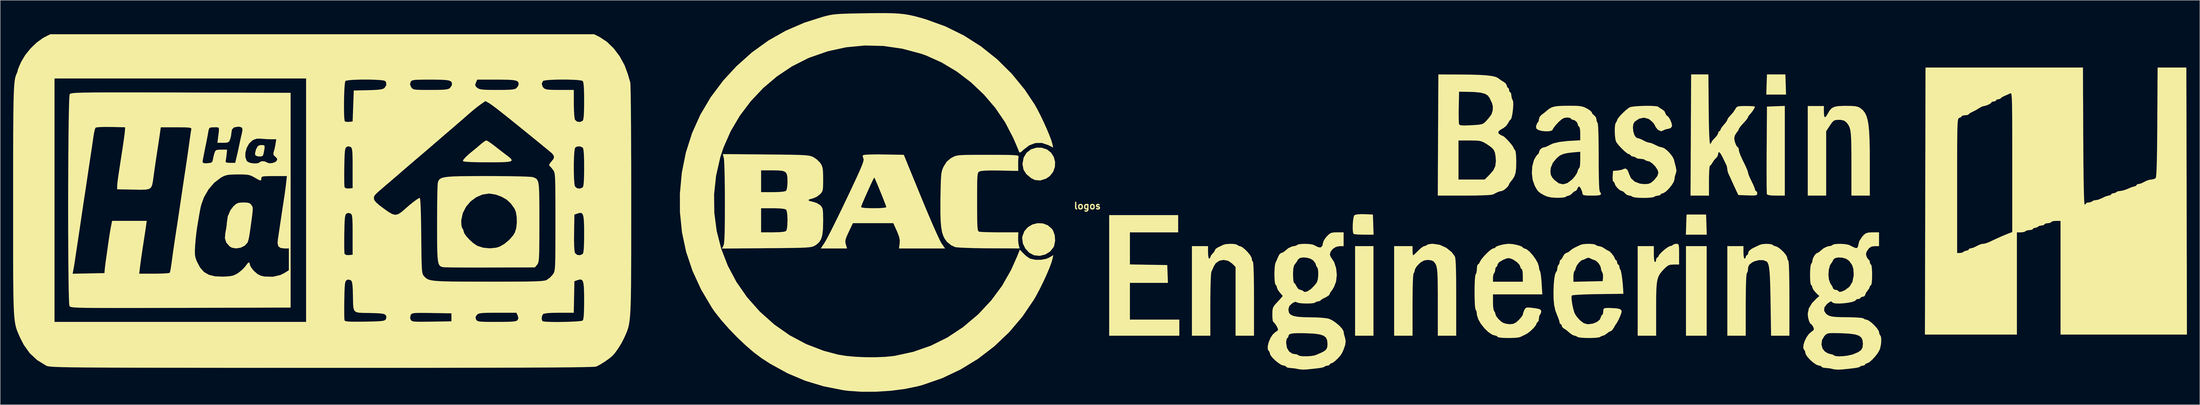
<source format=kicad_pcb>
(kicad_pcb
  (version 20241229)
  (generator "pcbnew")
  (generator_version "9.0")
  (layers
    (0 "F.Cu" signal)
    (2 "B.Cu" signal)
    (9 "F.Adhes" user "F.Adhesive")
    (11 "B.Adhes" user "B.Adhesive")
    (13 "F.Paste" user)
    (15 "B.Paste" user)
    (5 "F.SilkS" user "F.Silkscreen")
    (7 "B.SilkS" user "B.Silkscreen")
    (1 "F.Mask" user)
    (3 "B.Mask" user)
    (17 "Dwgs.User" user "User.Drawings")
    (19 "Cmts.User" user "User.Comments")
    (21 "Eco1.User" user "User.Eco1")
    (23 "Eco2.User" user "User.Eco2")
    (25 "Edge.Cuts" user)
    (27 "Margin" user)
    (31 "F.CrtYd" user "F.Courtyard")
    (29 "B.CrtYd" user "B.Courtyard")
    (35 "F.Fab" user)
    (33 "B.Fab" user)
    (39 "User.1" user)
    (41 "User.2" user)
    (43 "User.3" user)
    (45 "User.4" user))
  (footprint "logos"
    (layer "F.Cu")
    (at 249.995 44.896)
    (property "Reference" "logos" (at 0 0 0) (layer "F.SilkS") (effects (font (size 1.524 1.524) (thickness 0.3))))
    (attr through_hole)
    (fp_poly (pts (xy 66.575 30.213) (xy 62.297 30.213) (xy 62.297 9.358) (xy 66.575 9.358) (xy 66.575 30.213)) (stroke (width 0.01) (type solid)) (fill yes) (layer "F.SilkS"))
    (fp_poly (pts (xy 144.112 30.213) (xy 139.299 30.213) (xy 139.299 9.358) (xy 144.112 9.358) (xy 144.112 30.213)) (stroke (width 0.01) (type solid)) (fill yes) (layer "F.SilkS"))
    (fp_poly (pts (xy 144.055 4.345) (xy 144.132 6.684) (xy 139.278 6.684) (xy 139.355 4.345) (xy 139.433 2.005) (xy 143.978 2.005) (xy 144.055 4.345)) (stroke (width 0.01) (type solid)) (fill yes) (layer "F.SilkS"))
    (fp_poly (pts (xy 162.504 -28.274) (xy 162.581 -25.935) (xy 157.994 -25.935) (xy 158.071 -28.274) (xy 158.148 -30.614) (xy 162.426 -30.614) (xy 162.504 -28.274)) (stroke (width 0.01) (type solid)) (fill yes) (layer "F.SilkS"))
    (fp_poly (pts (xy 21.122 6.149) (xy 9.893 6.149) (xy 9.893 13.623) (xy 14.237 13.696) (xy 18.582 13.769) (xy 18.738 17.914) (xy 9.893 17.914) (xy 9.893 26.469) (xy 21.389 26.469) (xy 21.389 30.213) (xy 5.08 30.213) (xy 5.08 2.139) (xy 21.122 2.139) (xy 21.122 6.149)) (stroke (width 0.01) (type solid)) (fill yes) (layer "F.SilkS"))
    (fp_poly (pts (xy 162.293 -2.406) (xy 160.279 -2.406) (xy 159.063 -2.449) (xy 158.353 -2.578) (xy 158.137 -2.741) (xy 158.109 -3.077) (xy 158.088 -3.885) (xy 158.072 -5.107) (xy 158.063 -6.68) (xy 158.061 -8.543) (xy 158.065 -10.635) (xy 158.077 -12.896) (xy 158.078 -13.102) (xy 158.148 -23.127) (xy 160.221 -23.205) (xy 162.293 -23.284) (xy 162.293 -2.406)) (stroke (width 0.01) (type solid)) (fill yes) (layer "F.SilkS"))
    (fp_poly (pts (xy -191.681 -14.144) (xy -191.47 -13.965) (xy -191.48 -13.486) (xy -191.545 -13.06) (xy -191.687 -12.314) (xy -191.827 -11.802) (xy -191.862 -11.723) (xy -192.25 -11.523) (xy -192.86 -11.513) (xy -193.427 -11.668) (xy -193.669 -11.891) (xy -193.671 -12.383) (xy -193.482 -13.087) (xy -193.427 -13.228) (xy -193.084 -13.867) (xy -192.659 -14.13) (xy -192.2 -14.171) (xy -191.681 -14.144)) (stroke (width 0.01) (type solid)) (fill yes) (layer "F.SilkS"))
    (fp_poly (pts (xy 64.478 1.926) (xy 66.441 2.005) (xy 66.518 4.345) (xy 66.596 6.684) (xy 64.357 6.684) (xy 63.31 6.664) (xy 62.478 6.611) (xy 61.998 6.535) (xy 61.94 6.506) (xy 61.805 6.095) (xy 61.746 5.329) (xy 61.755 4.382) (xy 61.825 3.426) (xy 61.947 2.636) (xy 62.114 2.184) (xy 62.138 2.159) (xy 62.643 1.991) (xy 63.579 1.916) (xy 64.478 1.926)) (stroke (width 0.01) (type solid)) (fill yes) (layer "F.SilkS"))
    (fp_poly (pts (xy -10.684 -13.561) (xy -9.425 -13.164) (xy -8.468 -12.417) (xy -7.829 -11.421) (xy -7.521 -10.276) (xy -7.561 -9.083) (xy -7.963 -7.943) (xy -8.741 -6.956) (xy -9.631 -6.35) (xy -10.952 -5.93) (xy -12.195 -6.038) (xy -13.104 -6.484) (xy -14.22 -7.427) (xy -14.861 -8.456) (xy -15.086 -9.671) (xy -15.087 -9.892) (xy -14.829 -11.264) (xy -14.151 -12.377) (xy -13.132 -13.167) (xy -11.849 -13.566) (xy -10.684 -13.561)) (stroke (width 0.01) (type solid)) (fill yes) (layer "F.SilkS"))
    (fp_poly (pts (xy -10.386 4.07) (xy -9.247 4.487) (xy -8.294 5.293) (xy -8.01 5.695) (xy -7.6 6.8) (xy -7.508 8.086) (xy -7.744 9.299) (xy -7.883 9.617) (xy -8.679 10.613) (xy -9.796 11.3) (xy -11.079 11.616) (xy -12.375 11.495) (xy -12.405 11.486) (xy -13.531 10.894) (xy -14.427 9.938) (xy -15.004 8.76) (xy -15.173 7.5) (xy -15.126 7.095) (xy -14.662 5.879) (xy -13.849 4.948) (xy -12.794 4.322) (xy -11.604 4.022) (xy -10.386 4.07)) (stroke (width 0.01) (type solid)) (fill yes) (layer "F.SilkS"))
    (fp_poly (pts (xy -139.524 -15.084) (xy -138.896 -14.673) (xy -138.114 -14.092) (xy -138.029 -14.026) (xy -137.027 -13.242) (xy -135.97 -12.429) (xy -135.222 -11.862) (xy -134.543 -11.338) (xy -134.11 -10.934) (xy -133.961 -10.635) (xy -134.136 -10.425) (xy -134.675 -10.288) (xy -135.617 -10.208) (xy -137.003 -10.171) (xy -138.871 -10.16) (xy -139.551 -10.16) (xy -141.465 -10.172) (xy -143.051 -10.208) (xy -144.256 -10.264) (xy -145.028 -10.339) (xy -145.312 -10.424) (xy -145.213 -10.753) (xy -144.713 -11.334) (xy -143.855 -12.124) (xy -142.824 -12.967) (xy -142.196 -13.48) (xy -141.43 -14.132) (xy -141.156 -14.371) (xy -140.523 -14.879) (xy -140.022 -15.192) (xy -139.869 -15.24) (xy -139.524 -15.084)) (stroke (width 0.01) (type solid)) (fill yes) (layer "F.SilkS"))
    (fp_poly (pts (xy -195.483 -0.765) (xy -194.946 -0.615) (xy -194.596 -0.294) (xy -194.518 -0.182) (xy -194.384 0.024) (xy -194.29 0.226) (xy -194.239 0.498) (xy -194.237 0.91) (xy -194.288 1.536) (xy -194.395 2.446) (xy -194.565 3.713) (xy -194.8 5.409) (xy -194.913 6.221) (xy -195.08 7.219) (xy -195.269 8.055) (xy -195.429 8.523) (xy -196.081 9.245) (xy -197.024 9.712) (xy -198.079 9.885) (xy -199.069 9.726) (xy -199.602 9.419) (xy -200.38 8.532) (xy -200.702 7.518) (xy -200.601 6.259) (xy -200.572 6.128) (xy -200.386 5.161) (xy -200.274 4.268) (xy -200.259 3.954) (xy -200.036 2.425) (xy -199.424 0.998) (xy -198.723 0.086) (xy -198.125 -0.445) (xy -197.563 -0.71) (xy -196.8 -0.797) (xy -196.379 -0.802) (xy -195.483 -0.765)) (stroke (width 0.01) (type solid)) (fill yes) (layer "F.SilkS"))
    (fp_poly (pts (xy 137.351 8.844) (xy 137.543 8.976) (xy 137.646 9.32) (xy 137.687 9.981) (xy 137.695 11.062) (xy 137.695 11.229) (xy 137.695 13.636) (xy 136.446 13.636) (xy 135.686 13.679) (xy 135.125 13.874) (xy 134.56 14.321) (xy 134.106 14.779) (xy 133.584 15.354) (xy 133.176 15.9) (xy 132.869 16.493) (xy 132.649 17.207) (xy 132.501 18.117) (xy 132.411 19.297) (xy 132.365 20.823) (xy 132.349 22.768) (xy 132.347 24.015) (xy 132.347 30.213) (xy 128.069 30.213) (xy 128.069 9.358) (xy 131.813 9.358) (xy 131.813 11.229) (xy 131.848 12.19) (xy 131.943 12.853) (xy 132.08 13.101) (xy 132.08 13.101) (xy 132.297 12.877) (xy 132.347 12.566) (xy 132.459 12.132) (xy 132.615 12.032) (xy 132.869 11.824) (xy 132.882 11.734) (xy 133.081 11.363) (xy 133.58 10.82) (xy 134.237 10.23) (xy 134.906 9.718) (xy 135.446 9.409) (xy 135.607 9.369) (xy 136.091 9.219) (xy 136.224 9.091) (xy 136.593 8.884) (xy 137.042 8.823) (xy 137.351 8.844)) (stroke (width 0.01) (type solid)) (fill yes) (layer "F.SilkS"))
    (fp_poly (pts (xy 177.753 -23.28) (xy 178.634 -23.22) (xy 179.244 -23.092) (xy 179.713 -22.876) (xy 179.934 -22.73) (xy 180.479 -22.271) (xy 180.926 -21.708) (xy 181.285 -20.99) (xy 181.563 -20.061) (xy 181.771 -18.869) (xy 181.917 -17.36) (xy 182.011 -15.482) (xy 182.062 -13.18) (xy 182.078 -10.402) (xy 182.078 -10.156) (xy 182.078 -2.406) (xy 177.8 -2.406) (xy 177.8 -9.88) (xy 177.796 -12.215) (xy 177.779 -14.081) (xy 177.741 -15.542) (xy 177.673 -16.664) (xy 177.569 -17.512) (xy 177.419 -18.15) (xy 177.217 -18.645) (xy 176.953 -19.062) (xy 176.633 -19.451) (xy 176.104 -19.864) (xy 175.364 -20.033) (xy 174.879 -20.048) (xy 174.175 -20.016) (xy 173.705 -19.855) (xy 173.298 -19.456) (xy 172.787 -18.714) (xy 171.918 -17.385) (xy 171.918 -2.406) (xy 167.64 -2.406) (xy 167.64 -23.261) (xy 171.383 -23.261) (xy 171.383 -21.924) (xy 171.436 -21.023) (xy 171.598 -20.644) (xy 171.873 -20.783) (xy 172.207 -21.323) (xy 172.696 -22.17) (xy 173.203 -22.735) (xy 173.849 -23.073) (xy 174.754 -23.241) (xy 176.039 -23.294) (xy 176.47 -23.296) (xy 177.753 -23.28)) (stroke (width 0.01) (type solid)) (fill yes) (layer "F.SilkS"))
    (fp_poly (pts (xy 33.816 8.843) (xy 34.518 8.926) (xy 34.887 9.084) (xy 34.892 9.091) (xy 35.276 9.331) (xy 35.477 9.358) (xy 35.963 9.557) (xy 36.611 10.062) (xy 37.289 10.735) (xy 37.862 11.437) (xy 38.197 12.028) (xy 38.234 12.212) (xy 38.342 12.753) (xy 38.501 12.967) (xy 38.581 13.284) (xy 38.648 14.109) (xy 38.701 15.416) (xy 38.739 17.181) (xy 38.762 19.377) (xy 38.768 21.673) (xy 38.768 30.213) (xy 34.491 30.213) (xy 34.491 14.212) (xy 33.668 13.389) (xy 32.737 12.768) (xy 31.705 12.563) (xy 30.708 12.753) (xy 29.881 13.318) (xy 29.435 14.024) (xy 29.124 14.749) (xy 28.858 15.303) (xy 28.792 15.686) (xy 28.732 16.528) (xy 28.682 17.756) (xy 28.643 19.293) (xy 28.617 21.066) (xy 28.608 22.99) (xy 28.608 30.213) (xy 24.331 30.213) (xy 24.331 9.358) (xy 28.074 9.358) (xy 28.074 10.828) (xy 28.118 11.634) (xy 28.231 12.168) (xy 28.341 12.299) (xy 28.585 12.086) (xy 28.608 11.939) (xy 28.792 11.503) (xy 29.143 11.096) (xy 29.544 10.626) (xy 29.678 10.297) (xy 29.896 9.973) (xy 30.413 9.639) (xy 31.112 9.306) (xy 31.613 9.059) (xy 32.173 8.908) (xy 32.971 8.836) (xy 33.816 8.843)) (stroke (width 0.01) (type solid)) (fill yes) (layer "F.SilkS"))
    (fp_poly (pts (xy 82.025 9.068) (xy 83.512 9.742) (xy 84.774 10.756) (xy 85.491 11.709) (xy 85.589 12.03) (xy 85.668 12.643) (xy 85.729 13.589) (xy 85.774 14.91) (xy 85.804 16.646) (xy 85.821 18.838) (xy 85.825 21.252) (xy 85.825 30.213) (xy 81.547 30.213) (xy 81.547 22.322) (xy 81.545 19.981) (xy 81.532 18.112) (xy 81.503 16.652) (xy 81.451 15.538) (xy 81.369 14.708) (xy 81.251 14.099) (xy 81.09 13.647) (xy 80.88 13.29) (xy 80.614 12.966) (xy 80.564 12.911) (xy 80.106 12.686) (xy 79.377 12.57) (xy 79.212 12.566) (xy 78.396 12.675) (xy 77.663 13.071) (xy 77.188 13.471) (xy 76.61 14.105) (xy 76.254 14.697) (xy 76.2 14.926) (xy 76.084 15.451) (xy 75.933 15.641) (xy 75.847 15.96) (xy 75.777 16.78) (xy 75.723 18.07) (xy 75.686 19.796) (xy 75.667 21.925) (xy 75.665 23.009) (xy 75.665 30.213) (xy 71.387 30.213) (xy 71.387 9.358) (xy 75.665 9.358) (xy 75.665 10.427) (xy 75.697 11.097) (xy 75.777 11.47) (xy 75.81 11.497) (xy 76.058 11.319) (xy 76.547 10.861) (xy 76.971 10.427) (xy 77.611 9.831) (xy 78.168 9.443) (xy 78.415 9.358) (xy 78.888 9.21) (xy 79.007 9.091) (xy 79.351 8.934) (xy 80.037 8.838) (xy 80.468 8.823) (xy 82.025 9.068)) (stroke (width 0.01) (type solid)) (fill yes) (layer "F.SilkS"))
    (fp_poly (pts (xy 158.642 8.853) (xy 159.263 8.96) (xy 159.485 9.091) (xy 159.868 9.331) (xy 160.103 9.369) (xy 160.617 9.569) (xy 161.288 10.058) (xy 161.973 10.7) (xy 162.53 11.357) (xy 162.815 11.892) (xy 162.827 11.985) (xy 162.944 12.51) (xy 163.095 12.7) (xy 163.174 13.016) (xy 163.241 13.841) (xy 163.293 15.15) (xy 163.332 16.918) (xy 163.355 19.119) (xy 163.362 21.539) (xy 163.362 30.213) (xy 159.108 30.213) (xy 158.994 22.793) (xy 158.95 20.263) (xy 158.899 18.213) (xy 158.835 16.591) (xy 158.755 15.342) (xy 158.651 14.414) (xy 158.521 13.751) (xy 158.358 13.301) (xy 158.156 13.011) (xy 158.045 12.912) (xy 157.277 12.618) (xy 156.272 12.613) (xy 155.232 12.881) (xy 154.672 13.168) (xy 154.033 13.683) (xy 153.771 14.235) (xy 153.74 14.623) (xy 153.662 15.265) (xy 153.477 15.636) (xy 153.469 15.641) (xy 153.384 15.96) (xy 153.314 16.78) (xy 153.26 18.07) (xy 153.223 19.796) (xy 153.204 21.925) (xy 153.202 23.009) (xy 153.202 30.213) (xy 148.924 30.213) (xy 148.924 9.358) (xy 152.667 9.358) (xy 152.667 10.828) (xy 152.711 11.634) (xy 152.825 12.168) (xy 152.935 12.299) (xy 153.172 12.082) (xy 153.202 11.898) (xy 153.346 11.542) (xy 153.469 11.497) (xy 153.704 11.279) (xy 153.737 11.077) (xy 153.941 10.507) (xy 154.592 9.977) (xy 155.207 9.661) (xy 155.922 9.328) (xy 156.474 9.059) (xy 157.049 8.901) (xy 157.838 8.833) (xy 158.642 8.853)) (stroke (width 0.01) (type solid)) (fill yes) (layer "F.SilkS"))
    (fp_poly (pts (xy -47.334 -11.98) (xy -42.721 -11.898) (xy -38.759 -2.216) (xy -37.852 -0.019) (xy -36.974 2.066) (xy -36.154 3.977) (xy -35.418 5.652) (xy -34.795 7.027) (xy -34.311 8.04) (xy -33.995 8.629) (xy -33.963 8.679) (xy -33.128 9.893) (xy -43.838 9.893) (xy -43.686 8.756) (xy -43.653 7.993) (xy -43.8 7.211) (xy -44.169 6.223) (xy -44.349 5.815) (xy -45.163 4.011) (xy -54.57 4.011) (xy -55.531 6.035) (xy -56.005 7.072) (xy -56.262 7.782) (xy -56.336 8.31) (xy -56.261 8.802) (xy -56.211 8.976) (xy -55.93 9.893) (xy -62.035 9.893) (xy -61.108 8.489) (xy -60.778 7.921) (xy -60.255 6.935) (xy -59.57 5.596) (xy -58.757 3.97) (xy -57.849 2.123) (xy -56.948 0.264) (xy -52.672 0.264) (xy -52.415 0.388) (xy -51.684 0.478) (xy -50.539 0.527) (xy -49.731 0.535) (xy -48.374 0.511) (xy -47.401 0.443) (xy -46.871 0.337) (xy -46.789 0.263) (xy -46.886 -0.047) (xy -47.143 -0.735) (xy -47.516 -1.69) (xy -47.958 -2.795) (xy -48.424 -3.939) (xy -48.866 -5.007) (xy -49.239 -5.885) (xy -49.496 -6.46) (xy -49.583 -6.622) (xy -49.713 -6.427) (xy -50.005 -5.846) (xy -50.414 -4.983) (xy -50.891 -3.943) (xy -51.391 -2.83) (xy -51.866 -1.749) (xy -52.269 -0.805) (xy -52.553 -0.103) (xy -52.671 0.252) (xy -52.672 0.264) (xy -56.948 0.264) (xy -56.879 0.121) (xy -55.996 -1.727) (xy -54.889 -4.065) (xy -53.997 -5.969) (xy -53.301 -7.485) (xy -52.781 -8.662) (xy -52.418 -9.545) (xy -52.192 -10.181) (xy -52.085 -10.616) (xy -52.076 -10.899) (xy -52.129 -11.049) (xy -52.296 -11.589) (xy -52.197 -11.811) (xy -51.851 -11.893) (xy -51.053 -11.952) (xy -49.883 -11.987) (xy -48.425 -11.993) (xy -47.334 -11.98)) (stroke (width 0.01) (type solid)) (fill yes) (layer "F.SilkS"))
    (fp_poly (pts (xy -20.955 -11.895) (xy -19.262 -11.883) (xy -17.992 -11.861) (xy -17.089 -11.823) (xy -16.497 -11.768) (xy -16.161 -11.692) (xy -16.023 -11.591) (xy -16.018 -11.497) (xy -16.077 -11.015) (xy -16.11 -10.211) (xy -16.112 -9.625) (xy -16.096 -8.155) (xy -20.322 -8.245) (xy -22.282 -8.264) (xy -23.751 -8.229) (xy -24.714 -8.141) (xy -25.107 -8.035) (xy -25.279 -7.926) (xy -25.411 -7.762) (xy -25.51 -7.479) (xy -25.579 -7.014) (xy -25.624 -6.302) (xy -25.651 -5.279) (xy -25.663 -3.882) (xy -25.667 -2.045) (xy -25.667 -0.955) (xy -25.664 1.148) (xy -25.651 2.778) (xy -25.626 3.994) (xy -25.583 4.858) (xy -25.521 5.43) (xy -25.434 5.772) (xy -25.32 5.944) (xy -25.244 5.987) (xy -24.844 6.042) (xy -24.009 6.089) (xy -22.839 6.124) (xy -21.436 6.145) (xy -20.444 6.149) (xy -16.067 6.149) (xy -16.121 7.286) (xy -16.107 8.202) (xy -16.003 9.024) (xy -15.97 9.157) (xy -15.765 9.893) (xy -22.788 9.865) (xy -24.729 9.848) (xy -26.542 9.813) (xy -28.143 9.764) (xy -29.449 9.704) (xy -30.375 9.636) (xy -30.805 9.573) (xy -31.703 9.149) (xy -32.592 8.426) (xy -32.714 8.296) (xy -33.183 7.679) (xy -33.552 6.942) (xy -33.829 6.022) (xy -34.024 4.855) (xy -34.146 3.379) (xy -34.202 1.531) (xy -34.203 -0.752) (xy -34.182 -2.236) (xy -34.145 -4.128) (xy -34.106 -5.57) (xy -34.054 -6.645) (xy -33.981 -7.439) (xy -33.877 -8.035) (xy -33.733 -8.517) (xy -33.54 -8.971) (xy -33.417 -9.224) (xy -32.744 -10.288) (xy -31.873 -11.037) (xy -31.549 -11.229) (xy -31.181 -11.428) (xy -30.83 -11.583) (xy -30.429 -11.7) (xy -29.908 -11.783) (xy -29.197 -11.839) (xy -28.227 -11.873) (xy -26.928 -11.891) (xy -25.232 -11.897) (xy -23.127 -11.898) (xy -20.955 -11.895)) (stroke (width 0.01) (type solid)) (fill yes) (layer "F.SilkS"))
    (fp_poly (pts (xy -137.218 -6.945) (xy -135.108 -6.926) (xy -133.213 -6.897) (xy -131.596 -6.859) (xy -130.321 -6.813) (xy -129.455 -6.761) (xy -129.064 -6.707) (xy -128.668 -6.555) (xy -128.347 -6.395) (xy -128.093 -6.174) (xy -127.899 -5.838) (xy -127.755 -5.333) (xy -127.656 -4.605) (xy -127.592 -3.602) (xy -127.555 -2.269) (xy -127.539 -0.552) (xy -127.535 1.602) (xy -127.535 3.733) (xy -127.536 6.219) (xy -127.542 8.226) (xy -127.556 9.81) (xy -127.581 11.027) (xy -127.619 11.933) (xy -127.673 12.583) (xy -127.747 13.035) (xy -127.842 13.342) (xy -127.963 13.563) (xy -128.046 13.673) (xy -128.557 14.304) (xy -138.941 14.339) (xy -141.268 14.344) (xy -143.443 14.342) (xy -145.406 14.335) (xy -147.094 14.323) (xy -148.444 14.306) (xy -149.396 14.284) (xy -149.888 14.259) (xy -149.924 14.254) (xy -150.291 14.163) (xy -150.588 14.015) (xy -150.822 13.759) (xy -151.001 13.342) (xy -151.133 12.711) (xy -151.223 11.814) (xy -151.281 10.597) (xy -151.313 9.008) (xy -151.327 6.995) (xy -151.331 4.504) (xy -151.331 4.252) (xy -151.329 3.724) (xy -145.716 3.724) (xy -145.666 4.523) (xy -145.539 5.079) (xy -145.448 5.214) (xy -145.218 5.593) (xy -145.181 5.86) (xy -144.98 6.415) (xy -144.452 7.15) (xy -143.714 7.947) (xy -142.878 8.682) (xy -142.061 9.235) (xy -141.912 9.312) (xy -140.584 9.732) (xy -139.059 9.873) (xy -137.579 9.727) (xy -136.786 9.486) (xy -135.661 8.839) (xy -134.547 7.908) (xy -133.631 6.864) (xy -133.219 6.186) (xy -132.913 5.174) (xy -132.773 3.914) (xy -132.799 2.6) (xy -132.986 1.428) (xy -133.288 0.659) (xy -134.169 -0.572) (xy -135.125 -1.465) (xy -136.317 -2.142) (xy -137.668 -2.647) (xy -139.218 -2.886) (xy -140.766 -2.658) (xy -142.232 -2.026) (xy -143.538 -1.053) (xy -144.603 0.2) (xy -145.35 1.669) (xy -145.7 3.293) (xy -145.716 3.724) (xy -151.329 3.724) (xy -151.326 2.106) (xy -151.312 0.101) (xy -151.29 -1.692) (xy -151.261 -3.203) (xy -151.228 -4.362) (xy -151.19 -5.096) (xy -151.167 -5.298) (xy -151.067 -5.7) (xy -150.912 -6.031) (xy -150.652 -6.298) (xy -150.239 -6.508) (xy -149.624 -6.667) (xy -148.758 -6.783) (xy -147.594 -6.863) (xy -146.081 -6.912) (xy -144.172 -6.939) (xy -141.817 -6.95) (xy -139.476 -6.952) (xy -137.218 -6.945)) (stroke (width 0.01) (type solid)) (fill yes) (layer "F.SilkS"))
    (fp_poly (pts (xy -74.829 -11.982) (xy -72.239 -11.959) (xy -70.127 -11.935) (xy -68.438 -11.907) (xy -67.115 -11.872) (xy -66.102 -11.828) (xy -65.344 -11.769) (xy -64.783 -11.695) (xy -64.365 -11.601) (xy -64.032 -11.484) (xy -63.771 -11.363) (xy -62.937 -10.8) (xy -62.218 -10.082) (xy -62.1 -9.92) (xy -61.821 -9.44) (xy -61.643 -8.92) (xy -61.544 -8.23) (xy -61.502 -7.235) (xy -61.495 -6.223) (xy -61.501 -4.968) (xy -61.539 -4.124) (xy -61.634 -3.568) (xy -61.812 -3.179) (xy -62.101 -2.831) (xy -62.257 -2.673) (xy -63.021 -2.114) (xy -63.889 -1.751) (xy -63.995 -1.728) (xy -64.724 -1.53) (xy -64.923 -1.322) (xy -64.591 -1.12) (xy -63.883 -0.964) (xy -62.962 -0.672) (xy -62.195 -0.187) (xy -62.145 -0.14) (xy -61.867 0.169) (xy -61.682 0.509) (xy -61.571 0.99) (xy -61.516 1.721) (xy -61.497 2.812) (xy -61.495 3.668) (xy -61.536 5.423) (xy -61.682 6.741) (xy -61.965 7.717) (xy -62.416 8.444) (xy -63.068 9.016) (xy -63.397 9.224) (xy -63.651 9.36) (xy -63.946 9.472) (xy -64.334 9.562) (xy -64.869 9.633) (xy -65.607 9.689) (xy -66.6 9.732) (xy -67.903 9.766) (xy -69.57 9.792) (xy -71.654 9.815) (xy -74.211 9.837) (xy -74.68 9.84) (xy -85.058 9.922) (xy -84.706 9.306) (xy -84.607 9.011) (xy -84.527 8.479) (xy -84.464 7.665) (xy -84.418 6.521) (xy -84.385 5.003) (xy -84.365 3.063) (xy -84.356 0.657) (xy -84.356 0.535) (xy -75.933 0.535) (xy -75.933 6.149) (xy -73.179 6.149) (xy -71.692 6.116) (xy -70.668 6.017) (xy -70.137 5.856) (xy -70.104 5.829) (xy -69.93 5.377) (xy -69.819 4.488) (xy -69.783 3.342) (xy -69.824 2.129) (xy -69.94 1.264) (xy -70.104 0.856) (xy -70.563 0.686) (xy -71.521 0.578) (xy -72.945 0.535) (xy -73.179 0.535) (xy -75.933 0.535) (xy -84.356 0.535) (xy -84.355 -0.668) (xy -84.361 -2.9) (xy -84.38 -4.999) (xy -84.409 -6.898) (xy -84.442 -8.288) (xy -75.933 -8.288) (xy -75.933 -3.208) (xy -73.179 -3.208) (xy -71.692 -3.242) (xy -70.668 -3.341) (xy -70.137 -3.502) (xy -70.104 -3.529) (xy -69.929 -3.969) (xy -69.815 -4.794) (xy -69.783 -5.649) (xy -69.812 -6.724) (xy -69.957 -7.459) (xy -70.301 -7.919) (xy -70.93 -8.168) (xy -71.929 -8.27) (xy -73.278 -8.288) (xy -75.933 -8.288) (xy -84.442 -8.288) (xy -84.447 -8.526) (xy -84.493 -9.813) (xy -84.545 -10.69) (xy -84.588 -11.047) (xy -84.822 -12.067) (xy -74.829 -11.982)) (stroke (width 0.01) (type solid)) (fill yes) (layer "F.SilkS"))
    (fp_poly (pts (xy 144.583 -22.526) (xy 144.613 -20.088) (xy 144.656 -18.048) (xy 144.711 -16.437) (xy 144.776 -15.281) (xy 144.851 -14.608) (xy 144.918 -14.438) (xy 145.169 -14.645) (xy 145.181 -14.732) (xy 145.362 -15.086) (xy 145.812 -15.608) (xy 145.983 -15.775) (xy 146.493 -16.348) (xy 146.769 -16.85) (xy 146.785 -16.951) (xy 146.922 -17.324) (xy 147.053 -17.379) (xy 147.302 -17.59) (xy 147.321 -17.713) (xy 147.493 -18.101) (xy 147.921 -18.676) (xy 148.123 -18.902) (xy 148.615 -19.492) (xy 148.898 -19.958) (xy 148.924 -20.065) (xy 149.102 -20.437) (xy 149.542 -20.965) (xy 149.659 -21.082) (xy 150.269 -21.771) (xy 150.752 -22.483) (xy 150.774 -22.526) (xy 150.994 -22.895) (xy 151.27 -23.114) (xy 151.734 -23.222) (xy 152.517 -23.258) (xy 153.247 -23.261) (xy 154.229 -23.245) (xy 154.964 -23.202) (xy 155.324 -23.141) (xy 155.341 -23.124) (xy 155.188 -22.711) (xy 154.82 -22.112) (xy 154.377 -21.539) (xy 154.205 -21.361) (xy 153.839 -20.918) (xy 153.737 -20.655) (xy 153.563 -20.329) (xy 153.115 -19.769) (xy 152.667 -19.282) (xy 152.085 -18.637) (xy 151.697 -18.12) (xy 151.598 -17.902) (xy 151.431 -17.521) (xy 151.063 -17.05) (xy 150.663 -16.384) (xy 150.528 -15.778) (xy 150.623 -15.107) (xy 150.853 -14.399) (xy 151.142 -13.846) (xy 151.397 -13.638) (xy 151.551 -13.408) (xy 151.598 -13.004) (xy 151.717 -12.484) (xy 152.034 -11.648) (xy 152.49 -10.648) (xy 152.667 -10.294) (xy 153.153 -9.302) (xy 153.523 -8.454) (xy 153.72 -7.887) (xy 153.737 -7.776) (xy 153.855 -7.321) (xy 154.162 -6.57) (xy 154.539 -5.792) (xy 154.955 -4.933) (xy 155.245 -4.228) (xy 155.341 -3.861) (xy 155.491 -3.515) (xy 155.608 -3.476) (xy 155.824 -3.251) (xy 155.876 -2.93) (xy 155.839 -2.663) (xy 155.656 -2.507) (xy 155.222 -2.44) (xy 154.429 -2.439) (xy 153.682 -2.462) (xy 151.489 -2.54) (xy 151.041 -3.476) (xy 150.661 -4.288) (xy 150.206 -5.283) (xy 149.997 -5.748) (xy 149.615 -6.592) (xy 149.29 -7.288) (xy 149.162 -7.55) (xy 148.956 -8.222) (xy 148.924 -8.556) (xy 148.805 -9.257) (xy 148.686 -9.562) (xy 148.435 -10.067) (xy 148.062 -10.837) (xy 147.842 -11.296) (xy 147.383 -12.138) (xy 147.039 -12.523) (xy 146.834 -12.434) (xy 146.785 -12.047) (xy 146.584 -11.471) (xy 146.317 -11.178) (xy 145.851 -10.683) (xy 145.47 -10.093) (xy 145.14 -9.577) (xy 144.872 -9.358) (xy 144.869 -9.358) (xy 144.786 -9.107) (xy 144.717 -8.421) (xy 144.669 -7.399) (xy 144.647 -6.139) (xy 144.646 -5.882) (xy 144.646 -2.406) (xy 140.364 -2.406) (xy 140.433 -16.51) (xy 140.502 -30.614) (xy 144.513 -30.614) (xy 144.583 -22.526)) (stroke (width 0.01) (type solid)) (fill yes) (layer "F.SilkS"))
    (fp_poly (pts (xy 86.761 -30.595) (xy 89.321 -30.567) (xy 91.39 -30.499) (xy 93.01 -30.387) (xy 94.222 -30.228) (xy 95.069 -30.016) (xy 95.592 -29.748) (xy 95.639 -29.709) (xy 96.242 -29.261) (xy 96.854 -28.897) (xy 97.376 -28.483) (xy 97.589 -28.029) (xy 97.711 -27.619) (xy 97.857 -27.539) (xy 98.074 -27.315) (xy 98.124 -27.004) (xy 98.236 -26.57) (xy 98.392 -26.469) (xy 98.584 -26.238) (xy 98.659 -25.721) (xy 98.758 -25.064) (xy 98.954 -24.677) (xy 99.077 -24.284) (xy 99.104 -23.556) (xy 99.053 -22.639) (xy 98.941 -21.683) (xy 98.784 -20.835) (xy 98.599 -20.244) (xy 98.427 -20.053) (xy 98.21 -19.836) (xy 97.927 -19.312) (xy 97.919 -19.294) (xy 97.428 -18.607) (xy 96.851 -18.158) (xy 95.998 -17.658) (xy 95.619 -17.258) (xy 95.677 -16.904) (xy 95.886 -16.706) (xy 96.378 -16.403) (xy 96.635 -16.318) (xy 96.966 -16.121) (xy 97.498 -15.631) (xy 98.108 -14.986) (xy 98.674 -14.318) (xy 99.074 -13.763) (xy 99.194 -13.487) (xy 99.385 -13.103) (xy 99.487 -13.048) (xy 99.636 -12.734) (xy 99.741 -11.943) (xy 99.796 -10.731) (xy 99.801 -10.355) (xy 99.774 -8.848) (xy 99.642 -7.736) (xy 99.368 -6.882) (xy 98.917 -6.151) (xy 98.592 -5.765) (xy 98.238 -5.294) (xy 98.124 -5.017) (xy 97.925 -4.623) (xy 97.451 -4.124) (xy 96.89 -3.687) (xy 96.428 -3.478) (xy 96.395 -3.476) (xy 95.819 -3.359) (xy 95.447 -3.208) (xy 94.739 -2.852) (xy 94.385 -2.674) (xy 93.954 -2.591) (xy 93.06 -2.52) (xy 91.77 -2.464) (xy 90.157 -2.425) (xy 88.289 -2.407) (xy 87.698 -2.406) (xy 81.543 -2.406) (xy 81.606 -15.24) (xy 86.36 -15.24) (xy 86.36 -6.149) (xy 92.467 -6.149) (xy 93.654 -7.336) (xy 94.479 -8.306) (xy 94.93 -9.275) (xy 95.067 -10.421) (xy 94.995 -11.515) (xy 94.843 -12.41) (xy 94.555 -13.067) (xy 94.025 -13.634) (xy 93.145 -14.261) (xy 92.92 -14.405) (xy 92.274 -14.792) (xy 91.717 -15.037) (xy 91.094 -15.171) (xy 90.251 -15.228) (xy 89.032 -15.24) (xy 88.981 -15.24) (xy 86.36 -15.24) (xy 81.606 -15.24) (xy 81.637 -21.648) (xy 86.402 -21.648) (xy 86.407 -20.464) (xy 86.434 -19.567) (xy 86.48 -19.069) (xy 86.492 -19.025) (xy 86.654 -18.849) (xy 87.036 -18.752) (xy 87.731 -18.725) (xy 88.833 -18.761) (xy 89.338 -18.787) (xy 90.566 -18.862) (xy 91.389 -18.948) (xy 91.934 -19.086) (xy 92.329 -19.312) (xy 92.703 -19.666) (xy 92.874 -19.85) (xy 93.467 -20.542) (xy 93.942 -21.176) (xy 94.047 -21.34) (xy 94.325 -22.206) (xy 94.352 -23.214) (xy 94.145 -24) (xy 93.85 -24.603) (xy 93.597 -25.14) (xy 93.178 -25.719) (xy 92.492 -26.128) (xy 91.464 -26.389) (xy 90.022 -26.526) (xy 89.108 -26.556) (xy 86.494 -26.603) (xy 86.419 -23.007) (xy 86.402 -21.648) (xy 81.637 -21.648) (xy 81.681 -30.614) (xy 86.761 -30.595)) (stroke (width 0.01) (type solid)) (fill yes) (layer "F.SilkS"))
    (fp_poly (pts (xy 98.951 8.888) (xy 99.842 9.054) (xy 100.638 9.278) (xy 101.183 9.519) (xy 101.333 9.69) (xy 101.546 9.877) (xy 101.681 9.893) (xy 102.251 10.114) (xy 102.948 10.697) (xy 103.675 11.515) (xy 104.336 12.443) (xy 104.833 13.357) (xy 105.068 14.132) (xy 105.076 14.259) (xy 105.171 14.851) (xy 105.309 15.12) (xy 105.424 15.482) (xy 105.545 16.249) (xy 105.653 17.29) (xy 105.703 17.981) (xy 105.864 20.587) (xy 94.381 20.587) (xy 94.381 22.443) (xy 94.417 23.392) (xy 94.511 24.115) (xy 94.644 24.461) (xy 94.648 24.464) (xy 94.883 24.846) (xy 94.916 25.082) (xy 95.12 25.642) (xy 95.637 26.319) (xy 96.327 26.946) (xy 96.72 27.205) (xy 97.385 27.428) (xy 98.237 27.537) (xy 98.361 27.539) (xy 99.125 27.451) (xy 99.77 27.114) (xy 100.37 26.576) (xy 100.924 25.964) (xy 101.272 25.466) (xy 101.333 25.293) (xy 101.44 24.83) (xy 101.667 24.264) (xy 101.926 23.831) (xy 102.278 23.654) (xy 102.909 23.662) (xy 103.204 23.694) (xy 104.356 23.84) (xy 105.074 23.987) (xy 105.455 24.169) (xy 105.597 24.424) (xy 105.611 24.587) (xy 105.487 25.097) (xy 105.343 25.266) (xy 105.151 25.628) (xy 105.076 26.218) (xy 104.997 26.774) (xy 104.808 27.004) (xy 104.562 27.216) (xy 104.541 27.35) (xy 104.344 27.799) (xy 103.841 28.42) (xy 103.166 29.078) (xy 102.451 29.641) (xy 101.991 29.91) (xy 101.279 30.245) (xy 100.735 30.511) (xy 100.259 30.628) (xy 99.461 30.704) (xy 98.48 30.741) (xy 97.452 30.739) (xy 96.514 30.7) (xy 95.806 30.623) (xy 95.463 30.51) (xy 95.451 30.48) (xy 95.234 30.243) (xy 95.046 30.213) (xy 94.235 29.984) (xy 93.322 29.374) (xy 92.409 28.499) (xy 91.594 27.473) (xy 90.978 26.41) (xy 90.66 25.426) (xy 90.638 25.14) (xy 90.555 24.526) (xy 90.371 24.197) (xy 90.267 23.872) (xy 90.185 23.084) (xy 90.129 21.907) (xy 90.104 20.411) (xy 90.103 20.053) (xy 90.121 18.498) (xy 90.17 17.245) (xy 90.216 16.726) (xy 94.381 16.726) (xy 94.381 17.646) (xy 101.333 17.646) (xy 101.333 16.176) (xy 101.289 15.37) (xy 101.175 14.836) (xy 101.065 14.705) (xy 100.83 14.488) (xy 100.798 14.292) (xy 100.574 13.736) (xy 99.996 13.112) (xy 99.203 12.555) (xy 98.761 12.339) (xy 98.191 12.16) (xy 97.668 12.188) (xy 96.97 12.448) (xy 96.689 12.578) (xy 95.812 13.096) (xy 95.459 13.58) (xy 95.451 13.665) (xy 95.333 14.083) (xy 95.183 14.171) (xy 94.98 14.399) (xy 94.916 14.823) (xy 94.817 15.389) (xy 94.648 15.641) (xy 94.468 15.997) (xy 94.382 16.644) (xy 94.381 16.726) (xy 90.216 16.726) (xy 90.247 16.367) (xy 90.346 15.936) (xy 90.371 15.908) (xy 90.541 15.558) (xy 90.633 14.893) (xy 90.638 14.689) (xy 90.694 14.026) (xy 90.834 13.66) (xy 90.887 13.636) (xy 91.155 13.414) (xy 91.316 13.072) (xy 91.615 12.537) (xy 92.168 11.842) (xy 92.856 11.11) (xy 93.557 10.461) (xy 94.151 10.017) (xy 94.466 9.893) (xy 94.852 9.794) (xy 94.916 9.69) (xy 95.155 9.467) (xy 95.769 9.226) (xy 96.599 9.011) (xy 97.489 8.864) (xy 98.124 8.823) (xy 98.951 8.888)) (stroke (width 0.01) (type solid)) (fill yes) (layer "F.SilkS"))
    (fp_poly (pts (xy 113.204 -23.318) (xy 114.211 -23.279) (xy 114.944 -23.184) (xy 115.532 -23.017) (xy 116.106 -22.76) (xy 116.176 -22.724) (xy 116.865 -22.306) (xy 117.298 -21.92) (xy 117.375 -21.758) (xy 117.586 -21.367) (xy 117.909 -21.122) (xy 118.346 -20.628) (xy 118.444 -20.193) (xy 118.544 -19.63) (xy 118.712 -19.384) (xy 118.794 -19.067) (xy 118.863 -18.244) (xy 118.916 -16.944) (xy 118.954 -15.197) (xy 118.975 -13.032) (xy 118.979 -11.363) (xy 118.988 -8.934) (xy 119.015 -6.904) (xy 119.058 -5.302) (xy 119.116 -4.157) (xy 119.19 -3.497) (xy 119.246 -3.342) (xy 119.492 -2.955) (xy 119.514 -2.792) (xy 119.4 -2.592) (xy 118.998 -2.473) (xy 118.218 -2.416) (xy 117.375 -2.406) (xy 116.27 -2.426) (xy 115.607 -2.498) (xy 115.295 -2.637) (xy 115.236 -2.795) (xy 115.131 -3.331) (xy 114.883 -3.942) (xy 114.593 -4.413) (xy 114.409 -4.545) (xy 114.172 -4.325) (xy 114.033 -4.011) (xy 113.761 -3.578) (xy 113.539 -3.476) (xy 113.146 -3.279) (xy 112.829 -2.941) (xy 112.356 -2.524) (xy 111.984 -2.406) (xy 111.497 -2.269) (xy 111.359 -2.139) (xy 111.028 -2.011) (xy 110.313 -1.923) (xy 109.361 -1.894) (xy 109.271 -1.895) (xy 107.943 -1.975) (xy 106.94 -2.203) (xy 106.279 -2.497) (xy 105.469 -2.96) (xy 104.946 -3.376) (xy 104.537 -3.923) (xy 104.073 -4.771) (xy 103.624 -6.083) (xy 103.442 -7.627) (xy 103.463 -7.999) (xy 107.749 -7.999) (xy 107.844 -7.23) (xy 108.2 -6.571) (xy 108.694 -6.025) (xy 109.695 -5.266) (xy 110.683 -5.029) (xy 111.697 -5.315) (xy 112.772 -6.125) (xy 112.805 -6.157) (xy 113.453 -6.896) (xy 113.927 -7.638) (xy 114.074 -8.029) (xy 114.254 -8.587) (xy 114.465 -8.823) (xy 114.467 -8.823) (xy 114.582 -9.068) (xy 114.665 -9.713) (xy 114.701 -10.624) (xy 114.701 -10.718) (xy 114.701 -12.614) (xy 113.164 -12.485) (xy 111.758 -12.327) (xy 110.743 -12.097) (xy 109.977 -11.749) (xy 109.317 -11.234) (xy 109.273 -11.192) (xy 108.32 -10.058) (xy 107.838 -8.882) (xy 107.749 -7.999) (xy 103.463 -7.999) (xy 103.53 -9.193) (xy 103.887 -10.573) (xy 104.056 -10.937) (xy 104.445 -11.586) (xy 104.763 -11.979) (xy 104.858 -12.032) (xy 105.049 -12.25) (xy 105.076 -12.452) (xy 105.303 -13.057) (xy 105.834 -13.518) (xy 106.269 -13.636) (xy 106.797 -13.776) (xy 107.369 -14.075) (xy 108.378 -14.545) (xy 109.795 -14.886) (xy 111.668 -15.106) (xy 112.495 -15.16) (xy 114.701 -15.279) (xy 114.701 -16.864) (xy 114.66 -17.71) (xy 114.553 -18.283) (xy 114.434 -18.448) (xy 114.2 -18.666) (xy 114.166 -18.869) (xy 113.94 -19.473) (xy 113.412 -19.935) (xy 112.982 -20.053) (xy 112.614 -20.191) (xy 112.562 -20.32) (xy 112.327 -20.497) (xy 111.749 -20.585) (xy 111.625 -20.587) (xy 110.998 -20.506) (xy 110.41 -20.202) (xy 109.702 -19.585) (xy 109.486 -19.368) (xy 108.86 -18.677) (xy 108.425 -18.088) (xy 108.284 -17.764) (xy 108.048 -17.532) (xy 107.446 -17.401) (xy 106.638 -17.374) (xy 105.785 -17.456) (xy 105.046 -17.65) (xy 104.96 -17.687) (xy 104.48 -18.016) (xy 104.413 -18.493) (xy 104.454 -18.69) (xy 104.656 -19.238) (xy 104.85 -19.473) (xy 105.027 -19.777) (xy 105.076 -20.178) (xy 105.287 -20.788) (xy 105.677 -21.197) (xy 106.368 -21.711) (xy 106.827 -22.097) (xy 107.429 -22.592) (xy 108.026 -22.932) (xy 108.737 -23.145) (xy 109.682 -23.262) (xy 110.983 -23.312) (xy 111.792 -23.32) (xy 113.204 -23.318)) (stroke (width 0.01) (type solid)) (fill yes) (layer "F.SilkS"))
    (fp_poly (pts (xy 131.9 -23.258) (xy 132.596 -23.176) (xy 132.859 -23.072) (xy 133.191 -22.807) (xy 133.751 -22.48) (xy 134.272 -22.075) (xy 134.486 -21.64) (xy 134.679 -21.166) (xy 134.867 -21.033) (xy 135.263 -20.668) (xy 135.661 -19.996) (xy 135.958 -19.234) (xy 136.053 -18.599) (xy 136.044 -18.532) (xy 135.708 -18.114) (xy 135.152 -17.96) (xy 134.495 -17.82) (xy 134.099 -17.626) (xy 133.533 -17.39) (xy 132.894 -17.652) (xy 132.579 -17.955) (xy 132.216 -18.432) (xy 132.08 -18.716) (xy 131.887 -19.104) (xy 131.418 -19.624) (xy 130.838 -20.106) (xy 130.56 -20.278) (xy 129.498 -20.561) (xy 128.401 -20.322) (xy 127.345 -19.604) (xy 127.04 -19.046) (xy 126.947 -18.246) (xy 127.036 -17.361) (xy 127.278 -16.55) (xy 127.644 -15.969) (xy 128.054 -15.775) (xy 128.512 -15.663) (xy 128.875 -15.507) (xy 129.583 -15.151) (xy 129.937 -14.973) (xy 130.547 -14.753) (xy 130.865 -14.705) (xy 131.341 -14.581) (xy 132.027 -14.271) (xy 132.214 -14.171) (xy 132.961 -13.824) (xy 133.607 -13.643) (xy 133.713 -13.636) (xy 134.245 -13.43) (xy 134.922 -12.905) (xy 135.611 -12.197) (xy 136.179 -11.445) (xy 136.495 -10.785) (xy 136.505 -10.739) (xy 136.685 -9.981) (xy 136.921 -9.113) (xy 136.936 -9.062) (xy 137.086 -8.172) (xy 136.923 -7.542) (xy 136.697 -6.85) (xy 136.625 -6.21) (xy 136.445 -5.609) (xy 135.983 -4.848) (xy 135.357 -4.068) (xy 134.686 -3.406) (xy 134.089 -3.003) (xy 133.844 -2.941) (xy 133.472 -2.805) (xy 133.417 -2.674) (xy 133.189 -2.471) (xy 132.764 -2.406) (xy 132.198 -2.308) (xy 131.946 -2.139) (xy 131.622 -2.02) (xy 130.894 -1.928) (xy 129.894 -1.877) (xy 129.406 -1.872) (xy 128.329 -1.9) (xy 127.467 -1.975) (xy 126.95 -2.084) (xy 126.866 -2.139) (xy 126.494 -2.353) (xy 126.107 -2.406) (xy 125.493 -2.612) (xy 125.128 -2.941) (xy 124.699 -3.356) (xy 124.389 -3.476) (xy 123.918 -3.677) (xy 123.364 -4.158) (xy 122.905 -4.733) (xy 122.722 -5.202) (xy 122.574 -5.565) (xy 122.44 -5.615) (xy 122.278 -5.86) (xy 122.226 -6.524) (xy 122.24 -6.885) (xy 122.321 -8.155) (xy 123.387 -8.242) (xy 124.157 -8.364) (xy 124.717 -8.559) (xy 124.791 -8.608) (xy 125.245 -8.719) (xy 125.674 -8.382) (xy 125.982 -7.682) (xy 126.013 -7.544) (xy 126.483 -6.457) (xy 127.363 -5.656) (xy 128.583 -5.186) (xy 129.643 -5.08) (xy 130.509 -5.133) (xy 131.128 -5.365) (xy 131.761 -5.886) (xy 131.92 -6.043) (xy 132.653 -6.97) (xy 132.882 -7.754) (xy 132.687 -8.405) (xy 132.194 -9.151) (xy 131.545 -9.838) (xy 130.879 -10.309) (xy 130.465 -10.427) (xy 129.964 -10.556) (xy 129.807 -10.695) (xy 129.451 -10.877) (xy 128.806 -10.961) (xy 128.738 -10.962) (xy 128.078 -11.034) (xy 127.683 -11.21) (xy 127.668 -11.229) (xy 127.291 -11.454) (xy 126.984 -11.497) (xy 126.558 -11.612) (xy 126.465 -11.764) (xy 126.248 -12) (xy 126.057 -12.032) (xy 125.66 -12.219) (xy 125.049 -12.704) (xy 124.346 -13.367) (xy 123.676 -14.089) (xy 123.16 -14.754) (xy 123.056 -14.92) (xy 122.889 -15.46) (xy 122.78 -16.296) (xy 122.731 -17.267) (xy 122.744 -18.21) (xy 122.823 -18.964) (xy 122.969 -19.368) (xy 122.989 -19.384) (xy 123.234 -19.771) (xy 123.257 -19.942) (xy 123.445 -20.334) (xy 123.931 -20.941) (xy 124.598 -21.641) (xy 125.325 -22.312) (xy 125.997 -22.833) (xy 126.177 -22.947) (xy 126.661 -23.082) (xy 127.507 -23.188) (xy 128.585 -23.26) (xy 129.764 -23.298) (xy 130.913 -23.298) (xy 131.9 -23.258)) (stroke (width 0.01) (type solid)) (fill yes) (layer "F.SilkS"))
    (fp_poly (pts (xy -45.327 -44.858) (xy -43.876 -44.778) (xy -42.592 -44.642) (xy -41.384 -44.442) (xy -40.159 -44.166) (xy -38.826 -43.807) (xy -37.48 -43.41) (xy -33.018 -41.79) (xy -28.767 -39.693) (xy -24.763 -37.145) (xy -21.04 -34.176) (xy -17.634 -30.813) (xy -14.58 -27.082) (xy -12.299 -23.662) (xy -11.64 -22.493) (xy -10.913 -21.073) (xy -10.172 -19.525) (xy -9.471 -17.968) (xy -8.866 -16.524) (xy -8.409 -15.314) (xy -8.163 -14.486) (xy -7.971 -13.599) (xy -9.055 -14.152) (xy -10.582 -14.665) (xy -12.086 -14.649) (xy -13.531 -14.111) (xy -14.763 -13.173) (xy -15.35 -12.629) (xy -15.677 -12.429) (xy -15.854 -12.533) (xy -15.933 -12.721) (xy -16.111 -13.171) (xy -16.452 -13.983) (xy -16.902 -15.028) (xy -17.272 -15.873) (xy -19.118 -19.432) (xy -21.413 -22.809) (xy -24.096 -25.948) (xy -27.108 -28.794) (xy -30.388 -31.293) (xy -33.877 -33.388) (xy -37.513 -35.026) (xy -38.7 -35.445) (xy -43.057 -36.609) (xy -47.438 -37.246) (xy -51.813 -37.356) (xy -56.157 -36.941) (xy -60.441 -36.002) (xy -64.639 -34.54) (xy -65.079 -34.354) (xy -68.775 -32.479) (xy -72.249 -30.156) (xy -75.455 -27.434) (xy -78.347 -24.366) (xy -80.88 -21.004) (xy -83.008 -17.399) (xy -84.684 -13.604) (xy -85.423 -11.363) (xy -86.41 -7.033) (xy -86.874 -2.702) (xy -86.825 1.593) (xy -86.272 5.814) (xy -85.225 9.926) (xy -83.693 13.893) (xy -81.685 17.677) (xy -79.211 21.241) (xy -76.279 24.551) (xy -76.217 24.613) (xy -72.859 27.61) (xy -69.26 30.13) (xy -65.421 32.172) (xy -61.345 33.735) (xy -58.019 34.617) (xy -56.22 34.912) (xy -54.058 35.115) (xy -51.696 35.222) (xy -49.298 35.231) (xy -47.029 35.138) (xy -45.051 34.939) (xy -44.8 34.902) (xy -40.51 33.967) (xy -36.442 32.548) (xy -32.594 30.641) (xy -28.963 28.247) (xy -25.546 25.362) (xy -25.261 25.09) (xy -22.335 21.954) (xy -19.851 18.59) (xy -17.758 14.92) (xy -16.327 11.707) (xy -15.721 10.179) (xy -14.857 11.095) (xy -14.166 11.721) (xy -13.468 12.193) (xy -13.263 12.288) (xy -12.112 12.539) (xy -10.805 12.545) (xy -9.578 12.321) (xy -8.853 12.012) (xy -7.947 11.46) (xy -8.117 12.31) (xy -8.384 13.238) (xy -8.864 14.515) (xy -9.506 16.029) (xy -10.256 17.663) (xy -11.064 19.303) (xy -11.877 20.835) (xy -12.437 21.809) (xy -15.124 25.771) (xy -18.214 29.408) (xy -21.669 32.691) (xy -25.446 35.589) (xy -29.507 38.071) (xy -33.81 40.109) (xy -38.316 41.672) (xy -39.496 41.992) (xy -42.482 42.609) (xy -45.767 43.032) (xy -49.174 43.252) (xy -52.527 43.261) (xy -55.648 43.048) (xy -56.816 42.895) (xy -61.384 41.99) (xy -65.66 40.696) (xy -69.748 38.971) (xy -73.75 36.776) (xy -75.799 35.457) (xy -77.56 34.142) (xy -79.491 32.484) (xy -81.48 30.597) (xy -83.418 28.593) (xy -85.193 26.585) (xy -86.694 24.684) (xy -87.374 23.709) (xy -89.892 19.447) (xy -91.886 15.124) (xy -93.364 10.707) (xy -94.336 6.163) (xy -94.81 1.46) (xy -94.826 -2.807) (xy -94.381 -7.709) (xy -93.437 -12.419) (xy -91.999 -16.93) (xy -90.069 -21.232) (xy -87.65 -25.319) (xy -84.748 -29.182) (xy -81.7 -32.485) (xy -78.086 -35.723) (xy -74.273 -38.48) (xy -70.215 -40.783) (xy -65.866 -42.658) (xy -61.628 -44.012) (xy -60.805 -44.23) (xy -60.068 -44.401) (xy -59.334 -44.533) (xy -58.521 -44.631) (xy -57.546 -44.704) (xy -56.328 -44.757) (xy -54.783 -44.799) (xy -52.83 -44.835) (xy -51.602 -44.855) (xy -49.098 -44.887) (xy -47.037 -44.891) (xy -45.327 -44.858)) (stroke (width 0.01) (type solid)) (fill yes) (layer "F.SilkS"))
    (fp_poly (pts (xy 117.767 8.902) (xy 118.248 9.034) (xy 118.311 9.091) (xy 118.683 9.308) (xy 119.062 9.364) (xy 119.691 9.53) (xy 120.316 9.893) (xy 120.853 10.261) (xy 121.217 10.421) (xy 121.22 10.421) (xy 121.568 10.626) (xy 122.035 11.106) (xy 122.466 11.675) (xy 122.709 12.147) (xy 122.722 12.232) (xy 122.891 12.543) (xy 122.989 12.566) (xy 123.207 12.79) (xy 123.257 13.101) (xy 123.369 13.536) (xy 123.524 13.636) (xy 123.744 13.859) (xy 123.792 14.155) (xy 123.895 14.654) (xy 124.019 14.815) (xy 124.149 15.132) (xy 124.296 15.859) (xy 124.443 16.872) (xy 124.573 18.047) (xy 124.669 19.259) (xy 124.69 19.652) (xy 124.727 20.454) (xy 118.853 20.526) (xy 117.127 20.558) (xy 115.579 20.607) (xy 114.289 20.669) (xy 113.339 20.739) (xy 112.809 20.814) (xy 112.731 20.846) (xy 112.652 21.226) (xy 112.697 21.963) (xy 112.837 22.901) (xy 113.048 23.884) (xy 113.303 24.756) (xy 113.454 25.133) (xy 113.841 25.729) (xy 114.443 26.43) (xy 114.685 26.67) (xy 115.466 27.273) (xy 116.23 27.517) (xy 116.629 27.539) (xy 117.67 27.393) (xy 118.587 27.009) (xy 119.247 26.468) (xy 119.513 25.849) (xy 119.514 25.82) (xy 119.652 25.452) (xy 119.781 25.4) (xy 119.969 25.168) (xy 120.048 24.608) (xy 120.048 24.598) (xy 120.074 24.143) (xy 120.224 23.881) (xy 120.612 23.767) (xy 121.351 23.754) (xy 122.054 23.778) (xy 123.196 23.856) (xy 123.895 24.003) (xy 124.242 24.252) (xy 124.326 24.591) (xy 124.21 25.065) (xy 123.92 25.803) (xy 123.55 26.603) (xy 123.19 27.263) (xy 122.989 27.539) (xy 122.782 27.851) (xy 122.476 28.408) (xy 122.12 28.926) (xy 121.794 29.143) (xy 121.792 29.143) (xy 121.389 29.311) (xy 120.912 29.678) (xy 120.366 30.069) (xy 119.942 30.213) (xy 119.482 30.371) (xy 119.38 30.48) (xy 119.056 30.597) (xy 118.324 30.688) (xy 117.31 30.74) (xy 116.706 30.747) (xy 115.595 30.721) (xy 114.698 30.648) (xy 114.144 30.544) (xy 114.033 30.48) (xy 113.653 30.249) (xy 113.388 30.213) (xy 112.898 30.037) (xy 112.278 29.601) (xy 112.121 29.46) (xy 111.503 28.932) (xy 110.967 28.573) (xy 110.878 28.532) (xy 110.49 28.187) (xy 110.423 27.948) (xy 110.281 27.587) (xy 110.156 27.539) (xy 109.919 27.322) (xy 109.888 27.135) (xy 109.784 26.657) (xy 109.52 25.926) (xy 109.379 25.598) (xy 108.915 24.372) (xy 108.628 23.089) (xy 108.491 21.583) (xy 108.472 20.053) (xy 108.526 18.401) (xy 108.644 17.032) (xy 108.739 16.467) (xy 113.097 16.467) (xy 113.097 17.662) (xy 116.506 17.587) (xy 119.915 17.513) (xy 120.001 16.61) (xy 119.982 15.911) (xy 119.817 15.438) (xy 119.801 15.42) (xy 119.572 14.941) (xy 119.514 14.506) (xy 119.337 13.933) (xy 118.909 13.295) (xy 118.383 12.777) (xy 117.918 12.566) (xy 117.483 12.435) (xy 117.104 12.235) (xy 116.557 12.037) (xy 116.042 12.235) (xy 115.507 12.498) (xy 115.227 12.566) (xy 114.828 12.773) (xy 114.331 13.269) (xy 113.889 13.874) (xy 113.65 14.403) (xy 113.64 14.489) (xy 113.492 14.973) (xy 113.364 15.106) (xy 113.202 15.452) (xy 113.107 16.131) (xy 113.097 16.467) (xy 108.739 16.467) (xy 108.815 16.021) (xy 109.029 15.444) (xy 109.115 15.356) (xy 109.301 15.002) (xy 109.354 14.572) (xy 109.455 14.012) (xy 109.621 13.769) (xy 109.846 13.392) (xy 109.888 13.085) (xy 109.99 12.659) (xy 110.123 12.566) (xy 110.376 12.345) (xy 110.671 11.809) (xy 110.691 11.764) (xy 111.033 11.21) (xy 111.408 10.963) (xy 111.427 10.962) (xy 111.915 10.779) (xy 112.263 10.492) (xy 112.822 10.042) (xy 113.498 9.659) (xy 114.213 9.327) (xy 114.764 9.059) (xy 115.312 8.914) (xy 116.116 8.84) (xy 116.995 8.837) (xy 117.767 8.902)) (stroke (width 0.01) (type solid)) (fill yes) (layer "F.SilkS"))
    (fp_poly (pts (xy 231.744 -16.243) (xy 231.764 -12.566) (xy 231.791 -9.347) (xy 231.824 -6.597) (xy 231.864 -4.327) (xy 231.91 -2.548) (xy 231.961 -1.271) (xy 232.019 -0.508) (xy 232.078 -0.267) (xy 232.335 -0.471) (xy 232.343 -0.535) (xy 232.571 -0.737) (xy 232.996 -0.802) (xy 233.562 -0.901) (xy 233.814 -1.069) (xy 234.183 -1.277) (xy 234.623 -1.337) (xy 235.276 -1.467) (xy 236.064 -1.788) (xy 236.22 -1.872) (xy 236.961 -2.217) (xy 237.594 -2.398) (xy 237.699 -2.406) (xy 238.129 -2.52) (xy 238.225 -2.674) (xy 238.448 -2.893) (xy 238.744 -2.941) (xy 239.256 -3.064) (xy 239.428 -3.208) (xy 239.792 -3.406) (xy 240.33 -3.476) (xy 241.031 -3.593) (xy 241.895 -3.886) (xy 242.173 -4.011) (xy 242.932 -4.336) (xy 243.541 -4.526) (xy 243.693 -4.545) (xy 244.057 -4.686) (xy 244.107 -4.813) (xy 244.324 -5.049) (xy 244.512 -5.08) (xy 245.077 -5.196) (xy 245.448 -5.347) (xy 246.156 -5.704) (xy 246.51 -5.882) (xy 247.219 -6.101) (xy 247.68 -6.149) (xy 248.304 -6.29) (xy 248.617 -6.508) (xy 248.696 -6.817) (xy 248.765 -7.553) (xy 248.825 -8.733) (xy 248.875 -10.373) (xy 248.917 -12.491) (xy 248.95 -15.104) (xy 248.976 -18.228) (xy 248.984 -19.542) (xy 249.054 -32.218) (xy 255.738 -32.218) (xy 255.806 -1.136) (xy 255.874 29.945) (xy 226.461 29.945) (xy 226.461 3.476) (xy 225.392 3.476) (xy 224.722 3.535) (xy 224.349 3.683) (xy 224.322 3.743) (xy 224.09 3.931) (xy 223.53 4.011) (xy 223.52 4.011) (xy 222.957 4.088) (xy 222.718 4.275) (xy 222.718 4.278) (xy 222.49 4.481) (xy 222.065 4.545) (xy 221.499 4.644) (xy 221.247 4.813) (xy 220.87 5.037) (xy 220.563 5.08) (xy 220.137 5.195) (xy 220.044 5.347) (xy 219.812 5.537) (xy 219.258 5.615) (xy 218.64 5.697) (xy 218.306 5.882) (xy 217.951 6.063) (xy 217.303 6.148) (xy 217.221 6.149) (xy 216.301 6.149) (xy 216.301 29.945) (xy 194.909 29.945) (xy 194.977 -1.136) (xy 194.986 -4.936) (xy 202.398 -4.936) (xy 202.398 10.962) (xy 203.051 10.962) (xy 203.617 10.864) (xy 203.868 10.695) (xy 204.246 10.47) (xy 204.553 10.427) (xy 204.978 10.312) (xy 205.072 10.16) (xy 205.288 9.923) (xy 205.476 9.893) (xy 206.023 9.774) (xy 206.479 9.584) (xy 207.335 9.154) (xy 207.882 8.924) (xy 208.279 8.834) (xy 208.518 8.823) (xy 209.077 8.709) (xy 209.836 8.424) (xy 210.059 8.32) (xy 211.495 7.64) (xy 212.929 7) (xy 214.147 6.495) (xy 214.363 6.412) (xy 215.232 6.085) (xy 215.232 -10.195) (xy 215.231 -13.551) (xy 215.228 -16.412) (xy 215.222 -18.815) (xy 215.212 -20.8) (xy 215.197 -22.404) (xy 215.175 -23.668) (xy 215.145 -24.629) (xy 215.106 -25.326) (xy 215.058 -25.798) (xy 214.998 -26.084) (xy 214.926 -26.222) (xy 214.841 -26.251) (xy 214.764 -26.222) (xy 214.19 -25.946) (xy 213.451 -25.629) (xy 213.427 -25.62) (xy 212.848 -25.335) (xy 212.564 -25.094) (xy 212.558 -25.067) (xy 212.333 -24.903) (xy 212.023 -24.865) (xy 211.589 -24.753) (xy 211.488 -24.598) (xy 211.264 -24.381) (xy 210.954 -24.331) (xy 210.518 -24.246) (xy 210.417 -24.13) (xy 210.193 -23.883) (xy 209.668 -23.588) (xy 209.054 -23.347) (xy 208.602 -23.261) (xy 208.132 -23.117) (xy 207.523 -22.771) (xy 207.519 -22.768) (xy 206.744 -22.3) (xy 205.941 -21.901) (xy 205.364 -21.601) (xy 205.078 -21.352) (xy 205.072 -21.324) (xy 204.839 -21.182) (xy 204.279 -21.122) (xy 204.269 -21.122) (xy 203.706 -21.054) (xy 203.467 -20.889) (xy 203.467 -20.886) (xy 203.245 -20.636) (xy 202.933 -20.51) (xy 202.821 -20.47) (xy 202.725 -20.386) (xy 202.646 -20.218) (xy 202.58 -19.924) (xy 202.527 -19.465) (xy 202.486 -18.799) (xy 202.454 -17.886) (xy 202.431 -16.685) (xy 202.416 -15.155) (xy 202.406 -13.256) (xy 202.4 -10.947) (xy 202.398 -8.187) (xy 202.398 -4.936) (xy 194.986 -4.936) (xy 195.045 -32.218) (xy 231.675 -32.218) (xy 231.744 -16.243)) (stroke (width 0.01) (type solid)) (fill yes) (layer "F.SilkS"))
    (fp_poly (pts (xy 184.217 9.358) (xy 183.262 9.358) (xy 182.469 9.456) (xy 181.896 9.83) (xy 181.365 10.598) (xy 181.356 10.613) (xy 181.169 11.203) (xy 181.353 11.865) (xy 181.356 11.871) (xy 181.65 12.372) (xy 181.877 12.564) (xy 182.04 12.791) (xy 182.078 13.101) (xy 182.19 13.536) (xy 182.345 13.636) (xy 182.473 13.888) (xy 182.565 14.587) (xy 182.61 15.644) (xy 182.613 16.042) (xy 182.585 17.195) (xy 182.507 18.018) (xy 182.389 18.422) (xy 182.345 18.448) (xy 182.1 18.661) (xy 182.078 18.799) (xy 181.908 19.237) (xy 181.543 19.724) (xy 181.152 20.276) (xy 181.008 20.71) (xy 180.785 21.049) (xy 180.474 21.122) (xy 180.039 21.234) (xy 179.939 21.389) (xy 179.715 21.607) (xy 179.404 21.657) (xy 178.969 21.742) (xy 178.869 21.859) (xy 178.625 22.112) (xy 177.982 22.34) (xy 177.076 22.528) (xy 176.044 22.66) (xy 175.021 22.723) (xy 174.144 22.7) (xy 173.549 22.578) (xy 173.388 22.459) (xy 173.147 22.227) (xy 172.803 22.304) (xy 172.235 22.725) (xy 172.099 22.841) (xy 171.513 23.606) (xy 171.442 24.388) (xy 171.879 25.102) (xy 172.319 25.427) (xy 172.757 25.626) (xy 173.339 25.763) (xy 174.165 25.85) (xy 175.334 25.897) (xy 176.782 25.915) (xy 178.229 25.942) (xy 179.403 26.001) (xy 180.22 26.085) (xy 180.597 26.19) (xy 180.607 26.202) (xy 180.986 26.43) (xy 181.272 26.469) (xy 181.777 26.664) (xy 182.453 27.16) (xy 183.165 27.825) (xy 183.778 28.525) (xy 184.157 29.127) (xy 184.217 29.363) (xy 184.333 29.888) (xy 184.484 30.079) (xy 184.677 30.469) (xy 184.744 31.202) (xy 184.69 32.106) (xy 184.521 33.005) (xy 184.36 33.49) (xy 183.948 34.225) (xy 183.338 35.031) (xy 182.648 35.782) (xy 181.994 36.355) (xy 181.492 36.623) (xy 181.43 36.629) (xy 181.061 36.768) (xy 181.008 36.897) (xy 180.785 37.116) (xy 180.489 37.164) (xy 179.989 37.271) (xy 179.826 37.398) (xy 179.643 37.521) (xy 179.206 37.638) (xy 178.448 37.76) (xy 177.3 37.898) (xy 175.694 38.062) (xy 175.527 38.079) (xy 174.596 38.111) (xy 173.782 38.042) (xy 173.522 37.98) (xy 172.789 37.817) (xy 171.913 37.728) (xy 171.851 37.726) (xy 171.206 37.645) (xy 170.865 37.48) (xy 170.848 37.432) (xy 170.621 37.226) (xy 170.223 37.164) (xy 169.663 36.973) (xy 168.94 36.485) (xy 168.192 35.827) (xy 167.554 35.127) (xy 167.164 34.511) (xy 167.105 34.265) (xy 166.988 33.743) (xy 166.838 33.555) (xy 166.599 33.122) (xy 166.637 32.401) (xy 166.682 32.248) (xy 170.816 32.248) (xy 171.088 33.234) (xy 171.584 33.858) (xy 172.24 34.287) (xy 172.856 34.488) (xy 172.905 34.49) (xy 173.444 34.6) (xy 173.656 34.758) (xy 174.044 34.946) (xy 174.807 35.02) (xy 175.798 34.989) (xy 176.869 34.86) (xy 177.875 34.641) (xy 178.265 34.516) (xy 179.369 34.05) (xy 180.041 33.57) (xy 180.377 32.969) (xy 180.473 32.143) (xy 180.474 32.084) (xy 180.392 31.259) (xy 180.104 30.643) (xy 179.546 30.205) (xy 178.652 29.912) (xy 177.361 29.735) (xy 175.606 29.641) (xy 175.44 29.636) (xy 174.075 29.601) (xy 173.137 29.599) (xy 172.52 29.646) (xy 172.118 29.761) (xy 171.822 29.96) (xy 171.526 30.261) (xy 171.519 30.268) (xy 170.958 31.206) (xy 170.816 32.248) (xy 166.682 32.248) (xy 166.897 31.523) (xy 167.33 30.623) (xy 167.883 29.834) (xy 168.499 29.291) (xy 168.983 28.935) (xy 169.064 28.575) (xy 168.924 28.198) (xy 168.644 27.712) (xy 168.442 27.539) (xy 168.164 27.3) (xy 167.901 26.693) (xy 167.709 25.884) (xy 167.64 25.094) (xy 167.888 23.851) (xy 168.641 22.616) (xy 169.578 21.651) (xy 170.336 20.976) (xy 169.523 20.197) (xy 169.01 19.597) (xy 168.728 19.055) (xy 168.709 18.933) (xy 168.587 18.527) (xy 168.442 18.448) (xy 168.314 18.196) (xy 168.222 17.498) (xy 168.178 16.443) (xy 168.175 16.058) (xy 168.176 15.99) (xy 172.444 15.99) (xy 172.554 17.114) (xy 172.874 18.013) (xy 172.987 18.181) (xy 173.359 18.752) (xy 173.516 19.184) (xy 173.744 19.458) (xy 174.041 19.518) (xy 174.553 19.641) (xy 174.725 19.785) (xy 174.979 20.012) (xy 175.398 19.987) (xy 176.118 19.698) (xy 176.257 19.632) (xy 177.335 18.839) (xy 178.032 17.69) (xy 178.326 16.222) (xy 178.335 15.895) (xy 178.253 14.664) (xy 177.956 13.742) (xy 177.365 12.92) (xy 177.11 12.654) (xy 176.477 12.261) (xy 175.64 12.038) (xy 174.771 11.992) (xy 174.04 12.129) (xy 173.618 12.458) (xy 173.6 12.499) (xy 173.379 12.964) (xy 173.274 13.101) (xy 172.814 13.801) (xy 172.534 14.825) (xy 172.444 15.99) (xy 168.176 15.99) (xy 168.203 14.977) (xy 168.278 14.111) (xy 168.386 13.589) (xy 168.442 13.502) (xy 168.665 13.126) (xy 168.709 12.808) (xy 168.846 12.219) (xy 169.175 11.583) (xy 169.57 11.101) (xy 169.845 10.962) (xy 170.223 10.785) (xy 170.553 10.494) (xy 171.376 9.823) (xy 172.271 9.421) (xy 172.701 9.358) (xy 173.214 9.236) (xy 173.388 9.091) (xy 173.747 8.931) (xy 174.462 8.846) (xy 175.363 8.835) (xy 176.277 8.894) (xy 177.033 9.024) (xy 177.336 9.132) (xy 178.186 9.56) (xy 178.694 9.773) (xy 178.985 9.814) (xy 179.148 9.752) (xy 179.363 9.382) (xy 179.404 9.071) (xy 179.638 8.183) (xy 180.304 7.168) (xy 180.662 6.766) (xy 181.141 6.386) (xy 181.76 6.2) (xy 182.712 6.149) (xy 182.734 6.149) (xy 184.217 6.149) (xy 184.217 9.358)) (stroke (width 0.01) (type solid)) (fill yes) (layer "F.SilkS"))
    (fp_poly (pts (xy 59.623 9.358) (xy 58.652 9.358) (xy 57.83 9.537) (xy 57.123 9.995) (xy 56.622 10.615) (xy 56.422 11.276) (xy 56.614 11.862) (xy 56.657 11.911) (xy 57.416 13.057) (xy 57.883 14.497) (xy 58.04 16.067) (xy 57.867 17.601) (xy 57.417 18.813) (xy 57.021 19.486) (xy 56.706 19.927) (xy 56.615 20.008) (xy 56.432 20.316) (xy 56.415 20.477) (xy 56.19 20.806) (xy 55.625 21.185) (xy 55.345 21.32) (xy 54.695 21.644) (xy 54.315 21.915) (xy 54.276 21.987) (xy 54.052 22.155) (xy 53.757 22.192) (xy 53.245 22.314) (xy 53.073 22.459) (xy 52.726 22.604) (xy 52.014 22.691) (xy 51.1 22.721) (xy 50.152 22.694) (xy 49.333 22.612) (xy 48.809 22.476) (xy 48.735 22.426) (xy 48.389 22.309) (xy 47.845 22.554) (xy 47.612 22.712) (xy 47.017 23.27) (xy 46.801 23.929) (xy 46.789 24.211) (xy 46.897 24.831) (xy 47.257 25.291) (xy 47.928 25.612) (xy 48.968 25.813) (xy 50.436 25.913) (xy 51.906 25.935) (xy 53.312 25.964) (xy 54.614 26.042) (xy 55.657 26.159) (xy 56.195 26.269) (xy 56.987 26.632) (xy 57.851 27.215) (xy 58.659 27.907) (xy 59.287 28.596) (xy 59.606 29.171) (xy 59.623 29.293) (xy 59.712 29.87) (xy 59.928 30.615) (xy 59.944 30.662) (xy 60.099 31.458) (xy 59.987 32.373) (xy 59.584 33.529) (xy 59.273 34.223) (xy 58.876 34.831) (xy 58.279 35.508) (xy 57.622 36.12) (xy 57.044 36.532) (xy 56.764 36.629) (xy 56.443 36.792) (xy 56.415 36.897) (xy 56.192 37.116) (xy 55.896 37.164) (xy 55.395 37.271) (xy 55.232 37.398) (xy 54.905 37.557) (xy 54.221 37.711) (xy 53.679 37.786) (xy 52.572 37.907) (xy 51.443 38.029) (xy 51.067 38.069) (xy 50.122 38.101) (xy 49.251 38.022) (xy 49.062 37.98) (xy 48.221 37.82) (xy 47.29 37.732) (xy 47.257 37.731) (xy 46.612 37.647) (xy 46.271 37.48) (xy 46.255 37.432) (xy 46.028 37.224) (xy 45.642 37.164) (xy 45.112 36.985) (xy 44.404 36.527) (xy 43.655 35.911) (xy 43.004 35.259) (xy 42.59 34.689) (xy 42.512 34.436) (xy 42.371 33.954) (xy 42.244 33.822) (xy 41.981 33.373) (xy 41.98 32.627) (xy 42.139 31.963) (xy 46.255 31.963) (xy 46.445 33.061) (xy 46.962 33.911) (xy 47.72 34.407) (xy 48.232 34.491) (xy 48.803 34.587) (xy 49.062 34.758) (xy 49.421 34.917) (xy 50.142 35.002) (xy 51.06 35.013) (xy 52.006 34.952) (xy 52.815 34.821) (xy 53.127 34.725) (xy 54.338 34.216) (xy 55.132 33.801) (xy 55.595 33.395) (xy 55.815 32.914) (xy 55.878 32.276) (xy 55.88 32.084) (xy 55.799 31.26) (xy 55.514 30.643) (xy 54.961 30.204) (xy 54.075 29.912) (xy 52.795 29.736) (xy 51.054 29.646) (xy 50.769 29.638) (xy 49.208 29.616) (xy 48.105 29.645) (xy 47.388 29.738) (xy 46.981 29.91) (xy 46.81 30.173) (xy 46.789 30.362) (xy 46.64 30.708) (xy 46.522 30.747) (xy 46.363 30.986) (xy 46.268 31.592) (xy 46.255 31.963) (xy 42.139 31.963) (xy 42.196 31.723) (xy 42.581 30.797) (xy 43.089 29.989) (xy 43.671 29.437) (xy 43.75 29.391) (xy 44.22 29.058) (xy 44.383 28.805) (xy 44.252 28.389) (xy 43.943 27.817) (xy 43.581 27.292) (xy 43.292 27.013) (xy 43.256 27.004) (xy 43.148 26.761) (xy 43.072 26.125) (xy 43.046 25.309) (xy 43.067 24.371) (xy 43.186 23.737) (xy 43.488 23.198) (xy 44.06 22.541) (xy 44.249 22.34) (xy 44.862 21.678) (xy 45.296 21.185) (xy 45.453 20.974) (xy 45.29 20.738) (xy 44.888 20.274) (xy 44.784 20.161) (xy 44.337 19.556) (xy 44.12 19.022) (xy 44.116 18.966) (xy 43.973 18.513) (xy 43.822 18.395) (xy 43.68 18.098) (xy 43.585 17.412) (xy 43.536 16.481) (xy 43.535 15.959) (xy 47.859 15.959) (xy 47.888 16.904) (xy 47.966 17.598) (xy 48.076 17.908) (xy 48.094 17.914) (xy 48.347 18.135) (xy 48.642 18.671) (xy 48.661 18.716) (xy 49.054 19.312) (xy 49.48 19.518) (xy 49.978 19.648) (xy 50.132 19.785) (xy 50.565 20.045) (xy 51.226 19.885) (xy 52.039 19.329) (xy 52.201 19.184) (xy 52.834 18.531) (xy 53.324 17.916) (xy 53.438 17.731) (xy 53.618 17.129) (xy 53.716 16.302) (xy 53.728 15.433) (xy 53.653 14.709) (xy 53.488 14.314) (xy 53.474 14.304) (xy 53.23 13.918) (xy 53.206 13.742) (xy 53.029 13.294) (xy 52.598 12.737) (xy 52.55 12.688) (xy 51.901 12.278) (xy 51.054 12.041) (xy 50.179 11.987) (xy 49.444 12.124) (xy 49.017 12.461) (xy 49 12.499) (xy 48.68 13.059) (xy 48.34 13.486) (xy 48.069 13.919) (xy 47.918 14.576) (xy 47.861 15.591) (xy 47.859 15.959) (xy 43.535 15.959) (xy 43.533 15.448) (xy 43.579 14.458) (xy 43.672 13.655) (xy 43.799 13.207) (xy 44.084 12.597) (xy 44.391 11.838) (xy 44.393 11.831) (xy 44.715 11.247) (xy 45.077 10.966) (xy 45.119 10.962) (xy 45.609 10.78) (xy 45.959 10.494) (xy 46.783 9.823) (xy 47.677 9.421) (xy 48.107 9.358) (xy 48.62 9.236) (xy 48.795 9.091) (xy 49.146 8.938) (xy 49.855 8.851) (xy 50.747 8.832) (xy 51.649 8.879) (xy 52.387 8.992) (xy 52.675 9.091) (xy 53.362 9.435) (xy 53.707 9.606) (xy 54.289 9.675) (xy 54.687 9.296) (xy 54.811 8.67) (xy 54.984 8.135) (xy 55.425 7.446) (xy 55.698 7.119) (xy 56.26 6.558) (xy 56.761 6.269) (xy 57.422 6.163) (xy 58.105 6.149) (xy 59.623 6.149) (xy 59.623 9.358)) (stroke (width 0.01) (type solid)) (fill yes) (layer "F.SilkS"))
    (fp_poly (pts (xy -221.381 -26.428) (xy -217.941 -26.422) (xy -214.02 -26.413) (xy -210.954 -26.405) (xy -185.42 -26.336) (xy -185.42 23.662) (xy -211.01 23.73) (xy -215.28 23.741) (xy -219.047 23.75) (xy -222.344 23.757) (xy -225.201 23.759) (xy -227.651 23.759) (xy -229.725 23.753) (xy -231.456 23.743) (xy -232.876 23.727) (xy -234.016 23.705) (xy -234.909 23.676) (xy -235.585 23.64) (xy -236.078 23.597) (xy -236.418 23.545) (xy -236.639 23.484) (xy -236.771 23.414) (xy -236.846 23.334) (xy -236.878 23.28) (xy -236.932 22.915) (xy -236.981 22.065) (xy -237.024 20.775) (xy -237.062 19.092) (xy -237.094 17.061) (xy -237.109 15.79) (xy -236.149 15.79) (xy -228.734 15.641) (xy -228.67 14.839) (xy -228.597 14.145) (xy -228.473 13.16) (xy -228.354 12.299) (xy -228.186 11.125) (xy -227.988 9.727) (xy -227.805 8.422) (xy -227.621 7.174) (xy -227.419 5.918) (xy -227.24 4.918) (xy -227.233 4.879) (xy -226.957 3.476) (xy -218.905 3.476) (xy -219.062 4.612) (xy -219.191 5.508) (xy -219.361 6.645) (xy -219.49 7.486) (xy -219.866 9.935) (xy -220.158 11.911) (xy -220.373 13.469) (xy -220.487 14.371) (xy -220.654 15.775) (xy -217.156 15.775) (xy -215.844 15.759) (xy -214.735 15.716) (xy -213.933 15.651) (xy -213.543 15.572) (xy -213.524 15.556) (xy -213.429 15.206) (xy -213.294 14.464) (xy -213.142 13.467) (xy -213.09 13.083) (xy -212.77 10.746) (xy -212.728 10.46) (xy -207.701 10.46) (xy -207.681 11.341) (xy -207.558 12.045) (xy -207.312 12.748) (xy -207.219 12.967) (xy -206.469 14.374) (xy -205.567 15.385) (xy -204.434 16.043) (xy -202.992 16.389) (xy -201.162 16.465) (xy -200.606 16.445) (xy -199.475 16.354) (xy -198.665 16.171) (xy -197.963 15.834) (xy -197.531 15.551) (xy -196.739 14.908) (xy -196.059 14.207) (xy -195.847 13.926) (xy -195.357 13.284) (xy -195.045 13.142) (xy -194.915 13.501) (xy -194.912 13.636) (xy -194.731 14.116) (xy -194.268 14.774) (xy -193.871 15.211) (xy -193.069 15.902) (xy -192.277 16.276) (xy -191.47 16.438) (xy -189.521 16.488) (xy -187.783 16.083) (xy -186.832 15.604) (xy -185.821 14.966) (xy -185.821 9.893) (xy -186.858 9.893) (xy -187.764 9.778) (xy -188.276 9.388) (xy -188.446 8.65) (xy -188.378 7.817) (xy -188.232 6.838) (xy -188.054 5.641) (xy -187.93 4.813) (xy -187.601 2.606) (xy -187.334 0.824) (xy -187.112 -0.638) (xy -186.92 -1.883) (xy -186.901 -2.005) (xy -186.724 -3.23) (xy -186.547 -4.587) (xy -186.465 -5.281) (xy -186.278 -6.952) (xy -189.258 -6.952) (xy -190.555 -6.946) (xy -191.409 -6.917) (xy -191.913 -6.848) (xy -192.157 -6.724) (xy -192.233 -6.527) (xy -192.238 -6.417) (xy -192.265 -6.055) (xy -192.412 -5.928) (xy -192.781 -6.048) (xy -193.473 -6.429) (xy -193.794 -6.617) (xy -194.421 -6.959) (xy -194.993 -7.173) (xy -195.662 -7.289) (xy -196.579 -7.334) (xy -197.719 -7.336) (xy -198.992 -7.314) (xy -199.884 -7.248) (xy -200.549 -7.108) (xy -201.14 -6.866) (xy -201.66 -6.579) (xy -203.195 -5.404) (xy -204.537 -3.83) (xy -205.594 -1.986) (xy -206.201 -0.3) (xy -206.311 0.134) (xy -206.416 0.603) (xy -206.533 1.2) (xy -206.679 2.021) (xy -206.873 3.161) (xy -207.131 4.715) (xy -207.191 5.08) (xy -207.347 6.2) (xy -207.5 7.587) (xy -207.621 8.975) (xy -207.638 9.224) (xy -207.701 10.46) (xy -212.728 10.46) (xy -212.414 8.304) (xy -212.015 5.682) (xy -211.779 4.145) (xy -211.514 2.389) (xy -211.202 0.297) (xy -210.96 -1.337) (xy -210.655 -3.407) (xy -210.411 -5.052) (xy -210.213 -6.375) (xy -210.046 -7.479) (xy -209.902 -8.422) (xy -209.677 -9.926) (xy -209.646 -10.139) (xy -205.891 -10.139) (xy -205.614 -9.948) (xy -204.943 -9.931) (xy -204.737 -9.944) (xy -204.006 -10.04) (xy -203.653 -10.25) (xy -203.522 -10.672) (xy -203.519 -10.695) (xy -203.378 -11.437) (xy -203.164 -12.232) (xy -202.965 -12.748) (xy -202.681 -13.005) (xy -202.143 -13.092) (xy -201.548 -13.101) (xy -200.205 -13.101) (xy -200.318 -11.965) (xy -200.415 -11.157) (xy -200.519 -10.538) (xy -200.546 -10.427) (xy -200.5 -10.17) (xy -200.104 -10.05) (xy -199.487 -10.026) (xy -198.315 -10.026) (xy -197.991 -11.363) (xy -197.978 -11.418) (xy -195.962 -11.418) (xy -195.673 -10.558) (xy -195.539 -10.382) (xy -195.035 -10.091) (xy -194.284 -9.92) (xy -193.492 -9.883) (xy -192.864 -9.995) (xy -192.639 -10.16) (xy -192.236 -10.385) (xy -191.621 -10.4) (xy -191.074 -10.211) (xy -190.989 -10.141) (xy -190.466 -9.937) (xy -189.732 -9.966) (xy -189.035 -10.19) (xy -188.655 -10.505) (xy -188.525 -10.923) (xy -188.792 -11.304) (xy -188.977 -11.453) (xy -189.401 -11.894) (xy -189.413 -12.385) (xy -189.35 -12.578) (xy -189.153 -13.268) (xy -188.966 -14.16) (xy -188.929 -14.384) (xy -188.752 -15.533) (xy -189.893 -15.526) (xy -190.936 -15.556) (xy -192.047 -15.638) (xy -192.238 -15.659) (xy -193.246 -15.673) (xy -194.063 -15.399) (xy -194.303 -15.26) (xy -195.062 -14.546) (xy -195.617 -13.566) (xy -195.93 -12.472) (xy -195.962 -11.418) (xy -197.978 -11.418) (xy -197.746 -12.417) (xy -197.478 -13.642) (xy -197.34 -14.304) (xy -197.112 -15.373) (xy -196.879 -16.4) (xy -196.752 -16.917) (xy -196.603 -17.768) (xy -196.751 -18.239) (xy -197.257 -18.428) (xy -197.681 -18.448) (xy -198.575 -18.292) (xy -199.065 -17.8) (xy -199.189 -17.098) (xy -199.281 -16.324) (xy -199.483 -15.547) (xy -199.699 -15.045) (xy -200.003 -14.797) (xy -200.564 -14.713) (xy -201.114 -14.705) (xy -202.452 -14.705) (xy -202.307 -15.842) (xy -202.156 -17.004) (xy -202.086 -17.734) (xy -202.133 -18.13) (xy -202.333 -18.293) (xy -202.722 -18.321) (xy -203.2 -18.315) (xy -203.943 -18.292) (xy -204.319 -18.137) (xy -204.493 -17.72) (xy -204.577 -17.245) (xy -204.741 -16.324) (xy -204.952 -15.231) (xy -205.045 -14.772) (xy -205.275 -13.653) (xy -205.506 -12.491) (xy -205.582 -12.098) (xy -205.736 -11.296) (xy -205.851 -10.709) (xy -205.881 -10.561) (xy -205.891 -10.139) (xy -209.646 -10.139) (xy -209.406 -11.784) (xy -209.116 -13.822) (xy -208.831 -15.865) (xy -208.825 -15.908) (xy -208.691 -16.836) (xy -208.572 -17.583) (xy -208.509 -17.914) (xy -208.54 -18.077) (xy -208.773 -18.19) (xy -209.285 -18.261) (xy -210.153 -18.3) (xy -211.453 -18.314) (xy -212.023 -18.315) (xy -215.633 -18.315) (xy -215.802 -17.112) (xy -215.93 -16.224) (xy -216.103 -15.062) (xy -216.278 -13.903) (xy -216.583 -11.911) (xy -216.822 -10.32) (xy -217.015 -9.004) (xy -217.18 -7.835) (xy -217.323 -6.789) (xy -217.48 -5.642) (xy -217.65 -4.824) (xy -217.918 -4.281) (xy -218.367 -3.961) (xy -219.082 -3.81) (xy -220.146 -3.772) (xy -221.645 -3.796) (xy -221.996 -3.803) (xy -225.793 -3.877) (xy -225.768 -4.679) (xy -225.749 -5.03) (xy -225.705 -5.484) (xy -225.626 -6.116) (xy -225.502 -7) (xy -225.321 -8.211) (xy -225.074 -9.823) (xy -224.857 -11.229) (xy -224.494 -13.602) (xy -224.224 -15.448) (xy -224.046 -16.768) (xy -223.961 -17.563) (xy -223.956 -17.646) (xy -223.921 -18.315) (xy -227.241 -18.39) (xy -228.531 -18.4) (xy -229.628 -18.373) (xy -230.421 -18.314) (xy -230.799 -18.227) (xy -230.806 -18.221) (xy -230.965 -17.846) (xy -231.144 -17.104) (xy -231.296 -16.207) (xy -231.478 -14.921) (xy -231.687 -13.493) (xy -231.817 -12.633) (xy -232.242 -9.833) (xy -232.617 -7.322) (xy -232.869 -5.615) (xy -233.058 -4.34) (xy -233.259 -3.004) (xy -233.413 -2.005) (xy -233.585 -0.88) (xy -233.787 0.464) (xy -233.956 1.604) (xy -234.332 4.155) (xy -234.649 6.288) (xy -234.925 8.114) (xy -235.033 8.823) (xy -235.223 10.073) (xy -235.421 11.414) (xy -235.53 12.165) (xy -235.693 13.24) (xy -235.863 14.271) (xy -235.954 14.78) (xy -236.149 15.79) (xy -237.109 15.79) (xy -237.121 14.73) (xy -237.143 12.145) (xy -237.159 9.352) (xy -237.171 6.397) (xy -237.177 3.326) (xy -237.179 0.187) (xy -237.175 -2.975) (xy -237.167 -6.114) (xy -237.153 -9.183) (xy -237.135 -12.136) (xy -237.112 -14.926) (xy -237.085 -17.507) (xy -237.053 -19.833) (xy -237.016 -21.858) (xy -236.974 -23.535) (xy -236.929 -24.818) (xy -236.878 -25.661) (xy -236.824 -26.016) (xy -236.822 -26.02) (xy -236.739 -26.096) (xy -236.588 -26.163) (xy -236.339 -26.221) (xy -235.957 -26.271) (xy -235.413 -26.313) (xy -234.674 -26.348) (xy -233.709 -26.376) (xy -232.485 -26.398) (xy -230.972 -26.414) (xy -229.136 -26.424) (xy -226.947 -26.43) (xy -224.372 -26.431) (xy -221.381 -26.428)) (stroke (width 0.01) (type solid)) (fill yes) (layer "F.SilkS"))
    (fp_poly (pts (xy -113.479 -39.31) (xy -111.805 -38.208) (xy -110.231 -36.677) (xy -108.838 -34.823) (xy -107.704 -32.75) (xy -106.962 -30.747) (xy -106.694 -29.822) (xy -106.443 -28.974) (xy -106.381 -28.769) (xy -106.348 -28.397) (xy -106.317 -27.527) (xy -106.287 -26.197) (xy -106.26 -24.442) (xy -106.235 -22.3) (xy -106.213 -19.808) (xy -106.194 -17.004) (xy -106.178 -13.923) (xy -106.166 -10.602) (xy -106.158 -7.079) (xy -106.155 -3.391) (xy -106.155 -1.23) (xy -106.156 3.265) (xy -106.158 7.259) (xy -106.162 10.785) (xy -106.17 13.877) (xy -106.183 16.569) (xy -106.204 18.895) (xy -106.235 20.887) (xy -106.276 22.58) (xy -106.329 24.007) (xy -106.397 25.201) (xy -106.482 26.197) (xy -106.584 27.028) (xy -106.705 27.728) (xy -106.848 28.33) (xy -107.014 28.867) (xy -107.205 29.374) (xy -107.423 29.884) (xy -107.669 30.431) (xy -107.81 30.746) (xy -108.422 31.94) (xy -109.181 33.175) (xy -109.961 34.26) (xy -110.528 34.903) (xy -111.276 35.525) (xy -112.286 36.239) (xy -113.34 36.901) (xy -114.221 37.365) (xy -114.246 37.376) (xy -114.446 37.413) (xy -114.883 37.447) (xy -115.57 37.479) (xy -116.525 37.508) (xy -117.764 37.534) (xy -119.303 37.558) (xy -121.158 37.58) (xy -123.345 37.599) (xy -125.88 37.617) (xy -128.779 37.632) (xy -132.059 37.645) (xy -135.735 37.656) (xy -139.823 37.666) (xy -144.341 37.674) (xy -149.303 37.68) (xy -154.727 37.684) (xy -160.627 37.687) (xy -167.021 37.689) (xy -173.924 37.689) (xy -178.147 37.688) (xy -185.008 37.687) (xy -191.355 37.686) (xy -197.209 37.684) (xy -202.588 37.681) (xy -207.514 37.678) (xy -212.008 37.674) (xy -216.089 37.669) (xy -219.777 37.662) (xy -223.094 37.655) (xy -226.059 37.645) (xy -228.694 37.635) (xy -231.017 37.622) (xy -233.051 37.607) (xy -234.814 37.59) (xy -236.328 37.571) (xy -237.612 37.55) (xy -238.688 37.525) (xy -239.575 37.498) (xy -240.294 37.468) (xy -240.865 37.435) (xy -241.308 37.399) (xy -241.645 37.359) (xy -241.895 37.316) (xy -242.079 37.268) (xy -242.217 37.217) (xy -242.28 37.188) (xy -244.385 35.897) (xy -246.112 34.296) (xy -247.523 32.317) (xy -248.324 30.746) (xy -248.59 30.159) (xy -248.825 29.629) (xy -249.033 29.124) (xy -249.214 28.609) (xy -249.371 28.051) (xy -249.505 27.415) (xy -249.619 26.669) (xy -249.713 25.778) (xy -249.79 24.709) (xy -249.851 23.427) (xy -249.898 21.9) (xy -249.933 20.093) (xy -249.958 17.973) (xy -249.975 15.505) (xy -249.984 12.657) (xy -249.989 9.394) (xy -249.99 5.682) (xy -249.99 1.489) (xy -249.989 -1.079) (xy -249.989 -5.587) (xy -249.986 -9.592) (xy -249.98 -13.127) (xy -249.97 -16.222) (xy -249.955 -18.909) (xy -249.935 -21.221) (xy -249.908 -23.189) (xy -249.873 -24.845) (xy -249.83 -26.221) (xy -249.778 -27.348) (xy -249.716 -28.259) (xy -249.642 -28.985) (xy -249.557 -29.559) (xy -249.531 -29.678) (xy -240.364 -29.678) (xy -240.364 27.004) (xy -181.811 27.004) (xy -181.811 23.437) (xy -172.944 23.437) (xy -172.944 24.755) (xy -172.927 25.8) (xy -172.895 26.474) (xy -172.867 26.666) (xy -172.701 26.798) (xy -172.281 26.889) (xy -171.542 26.943) (xy -170.419 26.963) (xy -168.851 26.954) (xy -168.143 26.944) (xy -166.45 26.911) (xy -165.214 26.87) (xy -164.357 26.811) (xy -163.802 26.726) (xy -163.471 26.606) (xy -163.286 26.443) (xy -163.259 26.403) (xy -163.171 26.072) (xy -157.622 26.072) (xy -157.477 26.476) (xy -157.345 26.672) (xy -157.14 26.812) (xy -156.783 26.904) (xy -156.194 26.954) (xy -155.294 26.972) (xy -154.004 26.964) (xy -152.588 26.944) (xy -147.988 26.871) (xy -147.988 25.879) (xy -142.394 25.879) (xy -142.28 26.394) (xy -142.252 26.447) (xy -142.116 26.651) (xy -141.907 26.798) (xy -141.545 26.898) (xy -140.95 26.959) (xy -140.04 26.991) (xy -138.737 27.003) (xy -137.451 27.004) (xy -135.741 26.996) (xy -134.49 26.969) (xy -133.623 26.915) (xy -133.063 26.829) (xy -132.736 26.705) (xy -132.608 26.595) (xy -132.5 26.345) (xy -126.991 26.345) (xy -126.824 26.823) (xy -126.822 26.826) (xy -126.469 26.915) (xy -125.693 26.976) (xy -124.603 27.011) (xy -123.309 27.02) (xy -121.92 27.007) (xy -120.548 26.972) (xy -119.302 26.917) (xy -118.292 26.844) (xy -117.628 26.755) (xy -117.428 26.683) (xy -117.291 26.32) (xy -117.193 25.525) (xy -117.133 24.268) (xy -117.108 22.515) (xy -117.107 22.037) (xy -117.119 20.232) (xy -117.169 18.902) (xy -117.275 17.986) (xy -117.457 17.425) (xy -117.735 17.159) (xy -118.128 17.127) (xy -118.656 17.27) (xy -118.661 17.272) (xy -119.38 17.525) (xy -119.454 21.195) (xy -119.529 24.865) (xy -122.944 24.865) (xy -124.657 24.891) (xy -125.849 24.97) (xy -126.529 25.102) (xy -126.679 25.186) (xy -126.934 25.699) (xy -126.991 26.345) (xy -132.5 26.345) (xy -132.405 26.127) (xy -132.57 25.526) (xy -132.871 24.865) (xy -137.247 24.865) (xy -138.888 24.87) (xy -140.079 24.891) (xy -140.904 24.938) (xy -141.447 25.018) (xy -141.793 25.141) (xy -142.027 25.316) (xy -142.086 25.378) (xy -142.394 25.879) (xy -147.988 25.879) (xy -147.988 24.999) (xy -152.588 24.926) (xy -154.26 24.902) (xy -155.476 24.898) (xy -156.316 24.921) (xy -156.859 24.979) (xy -157.185 25.078) (xy -157.371 25.228) (xy -157.477 25.394) (xy -157.622 26.072) (xy -163.171 26.072) (xy -163.107 25.827) (xy -163.258 25.467) (xy -163.45 25.271) (xy -163.797 25.132) (xy -164.387 25.038) (xy -165.312 24.976) (xy -166.66 24.933) (xy -167.064 24.924) (xy -168.478 24.903) (xy -169.488 24.857) (xy -170.163 24.709) (xy -170.572 24.381) (xy -170.785 23.796) (xy -170.872 22.876) (xy -170.9 21.543) (xy -170.916 20.616) (xy -170.957 19.258) (xy -171.022 18.338) (xy -171.124 17.76) (xy -171.28 17.427) (xy -171.45 17.275) (xy -172.026 17.124) (xy -172.386 17.275) (xy -172.563 17.444) (xy -172.693 17.746) (xy -172.785 18.262) (xy -172.848 19.071) (xy -172.892 20.253) (xy -172.926 21.888) (xy -172.927 21.943) (xy -172.944 23.437) (xy -181.811 23.437) (xy -181.811 7.93) (xy -172.944 7.93) (xy -172.943 9.251) (xy -172.925 10.299) (xy -172.892 10.975) (xy -172.862 11.169) (xy -172.494 11.423) (xy -171.853 11.447) (xy -170.982 11.363) (xy -170.982 6.713) (xy -170.987 5.013) (xy -171.007 3.77) (xy -171.05 2.906) (xy -171.122 2.344) (xy -171.231 2.006) (xy -171.384 1.815) (xy -171.45 1.768) (xy -172.025 1.616) (xy -172.386 1.768) (xy -172.563 1.937) (xy -172.693 2.239) (xy -172.785 2.755) (xy -172.848 3.564) (xy -172.892 4.746) (xy -172.926 6.381) (xy -172.927 6.435) (xy -172.944 7.93) (xy -181.811 7.93) (xy -181.811 -1.727) (xy -166.036 -1.727) (xy -165.925 -1.331) (xy -165.549 -0.854) (xy -164.841 -0.226) (xy -163.865 0.526) (xy -162.674 1.377) (xy -161.776 1.891) (xy -161.055 2.073) (xy -160.393 1.93) (xy -159.674 1.469) (xy -158.898 0.802) (xy -157.872 -0.093) (xy -156.909 -0.875) (xy -156.101 -1.472) (xy -155.541 -1.816) (xy -155.37 -1.872) (xy -155.286 -1.607) (xy -155.212 -0.824) (xy -155.147 0.462) (xy -155.093 2.234) (xy -155.05 4.476) (xy -155.02 6.924) (xy -154.997 9.331) (xy -154.973 11.261) (xy -154.944 12.771) (xy -154.908 13.919) (xy -154.859 14.763) (xy -154.794 15.36) (xy -154.71 15.767) (xy -154.603 16.043) (xy -154.469 16.244) (xy -154.405 16.318) (xy -154.135 16.609) (xy -153.858 16.853) (xy -153.527 17.055) (xy -153.094 17.218) (xy -152.514 17.347) (xy -151.739 17.446) (xy -150.724 17.518) (xy -149.42 17.569) (xy -147.782 17.602) (xy -145.763 17.621) (xy -143.315 17.631) (xy -140.393 17.635) (xy -139.473 17.636) (xy -136.453 17.636) (xy -133.923 17.631) (xy -131.836 17.619) (xy -130.147 17.599) (xy -128.811 17.57) (xy -127.782 17.53) (xy -127.014 17.478) (xy -126.461 17.413) (xy -126.079 17.333) (xy -125.837 17.244) (xy -125.113 16.742) (xy -124.456 16.046) (xy -124.393 15.957) (xy -124.247 15.735) (xy -124.127 15.501) (xy -124.03 15.207) (xy -123.954 14.8) (xy -123.896 14.229) (xy -123.854 13.444) (xy -123.825 12.394) (xy -123.807 11.027) (xy -123.797 9.293) (xy -123.794 7.985) (xy -119.465 7.985) (xy -119.434 9.398) (xy -119.363 10.405) (xy -119.255 10.944) (xy -119.244 10.967) (xy -118.756 11.388) (xy -118.078 11.477) (xy -117.46 11.206) (xy -117.428 11.176) (xy -117.291 10.813) (xy -117.193 10.018) (xy -117.133 8.76) (xy -117.108 7.008) (xy -117.107 6.53) (xy -117.119 4.725) (xy -117.169 3.394) (xy -117.275 2.479) (xy -117.457 1.918) (xy -117.735 1.651) (xy -118.128 1.62) (xy -118.656 1.763) (xy -118.661 1.765) (xy -119.38 2.018) (xy -119.454 6.227) (xy -119.465 7.985) (xy -123.794 7.985) (xy -123.792 7.141) (xy -123.792 4.519) (xy -123.792 3.696) (xy -123.792 0.933) (xy -123.795 -1.345) (xy -123.803 -3.189) (xy -123.819 -4.651) (xy -123.844 -5.78) (xy -123.882 -6.627) (xy -123.935 -7.242) (xy -124.005 -7.677) (xy -124.095 -7.981) (xy -124.208 -8.206) (xy -124.345 -8.401) (xy -124.384 -8.453) (xy -124.512 -8.609) (xy -119.519 -8.609) (xy -119.499 -7.264) (xy -119.45 -6.068) (xy -119.37 -5.134) (xy -119.259 -4.577) (xy -119.237 -4.528) (xy -118.755 -4.117) (xy -118.08 -4.031) (xy -117.464 -4.298) (xy -117.428 -4.331) (xy -117.29 -4.696) (xy -117.192 -5.493) (xy -117.132 -6.754) (xy -117.108 -8.511) (xy -117.107 -8.957) (xy -117.124 -10.824) (xy -117.176 -12.189) (xy -117.266 -13.084) (xy -117.395 -13.539) (xy -117.428 -13.582) (xy -118.039 -13.869) (xy -118.764 -13.826) (xy -119.193 -13.582) (xy -119.313 -13.201) (xy -119.407 -12.399) (xy -119.472 -11.29) (xy -119.51 -9.989) (xy -119.519 -8.609) (xy -124.512 -8.609) (xy -124.845 -9.014) (xy -125.195 -9.375) (xy -125.225 -9.398) (xy -125.219 -9.674) (xy -124.895 -10.143) (xy -124.766 -10.279) (xy -124.2 -11.001) (xy -124.121 -11.605) (xy -124.523 -12.186) (xy -124.661 -12.308) (xy -125.246 -12.793) (xy -126.087 -13.487) (xy -127.027 -14.26) (xy -127.906 -14.98) (xy -128.275 -15.281) (xy -130.893 -17.409) (xy -133.119 -19.21) (xy -134.973 -20.698) (xy -136.472 -21.888) (xy -137.637 -22.794) (xy -138.486 -23.433) (xy -139.037 -23.818) (xy -139.18 -23.905) (xy -140.084 -24.415) (xy -141.207 -23.638) (xy -141.968 -23.07) (xy -142.928 -22.298) (xy -143.893 -21.477) (xy -143.992 -21.389) (xy -144.923 -20.572) (xy -146.085 -19.562) (xy -147.299 -18.514) (xy -147.998 -17.914) (xy -149.111 -16.961) (xy -150.238 -15.993) (xy -151.222 -15.144) (xy -151.728 -14.705) (xy -152.525 -14.017) (xy -153.573 -13.117) (xy -154.716 -12.142) (xy -155.475 -11.497) (xy -156.591 -10.547) (xy -157.72 -9.581) (xy -158.706 -8.733) (xy -159.218 -8.288) (xy -160.014 -7.599) (xy -161.06 -6.698) (xy -162.2 -5.72) (xy -162.95 -5.08) (xy -164.128 -4.074) (xy -164.961 -3.35) (xy -165.507 -2.844) (xy -165.827 -2.489) (xy -165.982 -2.22) (xy -166.032 -1.972) (xy -166.036 -1.727) (xy -181.811 -1.727) (xy -181.811 -7.577) (xy -172.944 -7.577) (xy -172.943 -6.256) (xy -172.925 -5.209) (xy -172.892 -4.532) (xy -172.862 -4.338) (xy -172.494 -4.084) (xy -171.853 -4.06) (xy -170.982 -4.144) (xy -170.982 -8.794) (xy -170.987 -10.494) (xy -171.007 -11.738) (xy -171.05 -12.602) (xy -171.122 -13.164) (xy -171.231 -13.501) (xy -171.384 -13.692) (xy -171.45 -13.739) (xy -172.025 -13.891) (xy -172.386 -13.739) (xy -172.563 -13.571) (xy -172.693 -13.268) (xy -172.785 -12.752) (xy -172.848 -11.943) (xy -172.892 -10.761) (xy -172.926 -9.127) (xy -172.927 -9.072) (xy -172.944 -7.577) (xy -181.811 -7.577) (xy -181.811 -22.796) (xy -173.001 -22.796) (xy -172.981 -21.55) (xy -172.936 -20.541) (xy -172.863 -19.88) (xy -172.796 -19.683) (xy -172.419 -19.571) (xy -171.794 -19.572) (xy -170.982 -19.652) (xy -170.848 -23.261) (xy -170.715 -26.871) (xy -167.384 -26.946) (xy -165.891 -26.995) (xy -164.843 -27.07) (xy -164.149 -27.184) (xy -163.719 -27.349) (xy -163.574 -27.455) (xy -163.148 -28.109) (xy -163.162 -28.306) (xy -157.637 -28.306) (xy -157.396 -27.712) (xy -157.359 -27.655) (xy -157.179 -27.406) (xy -156.96 -27.23) (xy -156.614 -27.115) (xy -156.054 -27.048) (xy -155.191 -27.015) (xy -153.938 -27.005) (xy -152.883 -27.004) (xy -151.272 -27.013) (xy -150.109 -27.044) (xy -149.31 -27.107) (xy -148.787 -27.209) (xy -148.456 -27.359) (xy -148.344 -27.447) (xy -147.961 -27.961) (xy -147.903 -28.163) (xy -142.476 -28.163) (xy -142.296 -27.772) (xy -142 -27.508) (xy -141.701 -27.311) (xy -141.307 -27.172) (xy -140.728 -27.082) (xy -139.871 -27.031) (xy -138.645 -27.008) (xy -137.352 -27.004) (xy -135.746 -27.013) (xy -134.588 -27.045) (xy -133.792 -27.108) (xy -133.273 -27.211) (xy -132.943 -27.362) (xy -132.836 -27.447) (xy -132.453 -27.961) (xy -132.347 -28.329) (xy -132.365 -28.47) (xy -126.982 -28.47) (xy -126.772 -27.77) (xy -126.558 -27.493) (xy -126.304 -27.285) (xy -125.925 -27.144) (xy -125.322 -27.059) (xy -124.395 -27.017) (xy -123.047 -27.004) (xy -122.814 -27.004) (xy -119.514 -27.004) (xy -119.514 -23.778) (xy -119.491 -22.474) (xy -119.431 -21.329) (xy -119.342 -20.472) (xy -119.237 -20.035) (xy -118.755 -19.624) (xy -118.08 -19.538) (xy -117.464 -19.805) (xy -117.428 -19.839) (xy -117.29 -20.203) (xy -117.192 -21) (xy -117.132 -22.261) (xy -117.108 -24.018) (xy -117.107 -24.464) (xy -117.124 -26.332) (xy -117.176 -27.697) (xy -117.266 -28.591) (xy -117.395 -29.046) (xy -117.428 -29.09) (xy -117.819 -29.218) (xy -118.631 -29.315) (xy -119.75 -29.382) (xy -121.063 -29.419) (xy -122.457 -29.426) (xy -123.818 -29.402) (xy -125.033 -29.347) (xy -125.989 -29.263) (xy -126.572 -29.148) (xy -126.679 -29.09) (xy -126.982 -28.47) (xy -132.365 -28.47) (xy -132.394 -28.705) (xy -132.578 -28.983) (xy -132.969 -29.178) (xy -133.636 -29.304) (xy -134.647 -29.374) (xy -136.071 -29.405) (xy -137.487 -29.411) (xy -141.984 -29.411) (xy -142.303 -28.711) (xy -142.476 -28.163) (xy -147.903 -28.163) (xy -147.855 -28.329) (xy -147.903 -28.71) (xy -148.093 -28.991) (xy -148.496 -29.186) (xy -149.18 -29.31) (xy -150.216 -29.378) (xy -151.672 -29.407) (xy -152.845 -29.411) (xy -154.466 -29.407) (xy -155.633 -29.39) (xy -156.43 -29.349) (xy -156.937 -29.275) (xy -157.237 -29.158) (xy -157.411 -28.988) (xy -157.49 -28.858) (xy -157.637 -28.306) (xy -163.162 -28.306) (xy -163.197 -28.78) (xy -163.416 -29.09) (xy -163.807 -29.218) (xy -164.619 -29.315) (xy -165.738 -29.382) (xy -167.051 -29.419) (xy -168.444 -29.426) (xy -169.805 -29.402) (xy -171.02 -29.347) (xy -171.976 -29.263) (xy -172.559 -29.148) (xy -172.667 -29.09) (xy -172.768 -28.732) (xy -172.854 -27.951) (xy -172.921 -26.857) (xy -172.969 -25.559) (xy -172.996 -24.169) (xy -173.001 -22.796) (xy -181.811 -22.796) (xy -181.811 -29.678) (xy -240.364 -29.678) (xy -249.531 -29.678) (xy -249.459 -30.011) (xy -249.347 -30.374) (xy -249.22 -30.679) (xy -249.156 -30.811) (xy -248.955 -31.344) (xy -248.92 -31.563) (xy -248.811 -31.931) (xy -248.524 -32.634) (xy -248.117 -33.528) (xy -248.065 -33.638) (xy -247.153 -35.158) (xy -245.925 -36.67) (xy -244.523 -38.023) (xy -243.094 -39.065) (xy -242.655 -39.307) (xy -241.337 -39.972) (xy -114.798 -39.972) (xy -113.479 -39.31)) (stroke (width 0.01) (type solid)) (fill yes) (layer "F.SilkS")))
  (gr_rect
    (start -3 -3)
    (end 508.874 91.161)
    (stroke (width 0.1) (type default))
    (fill no)
    (layer "Edge.Cuts")))
</source>
